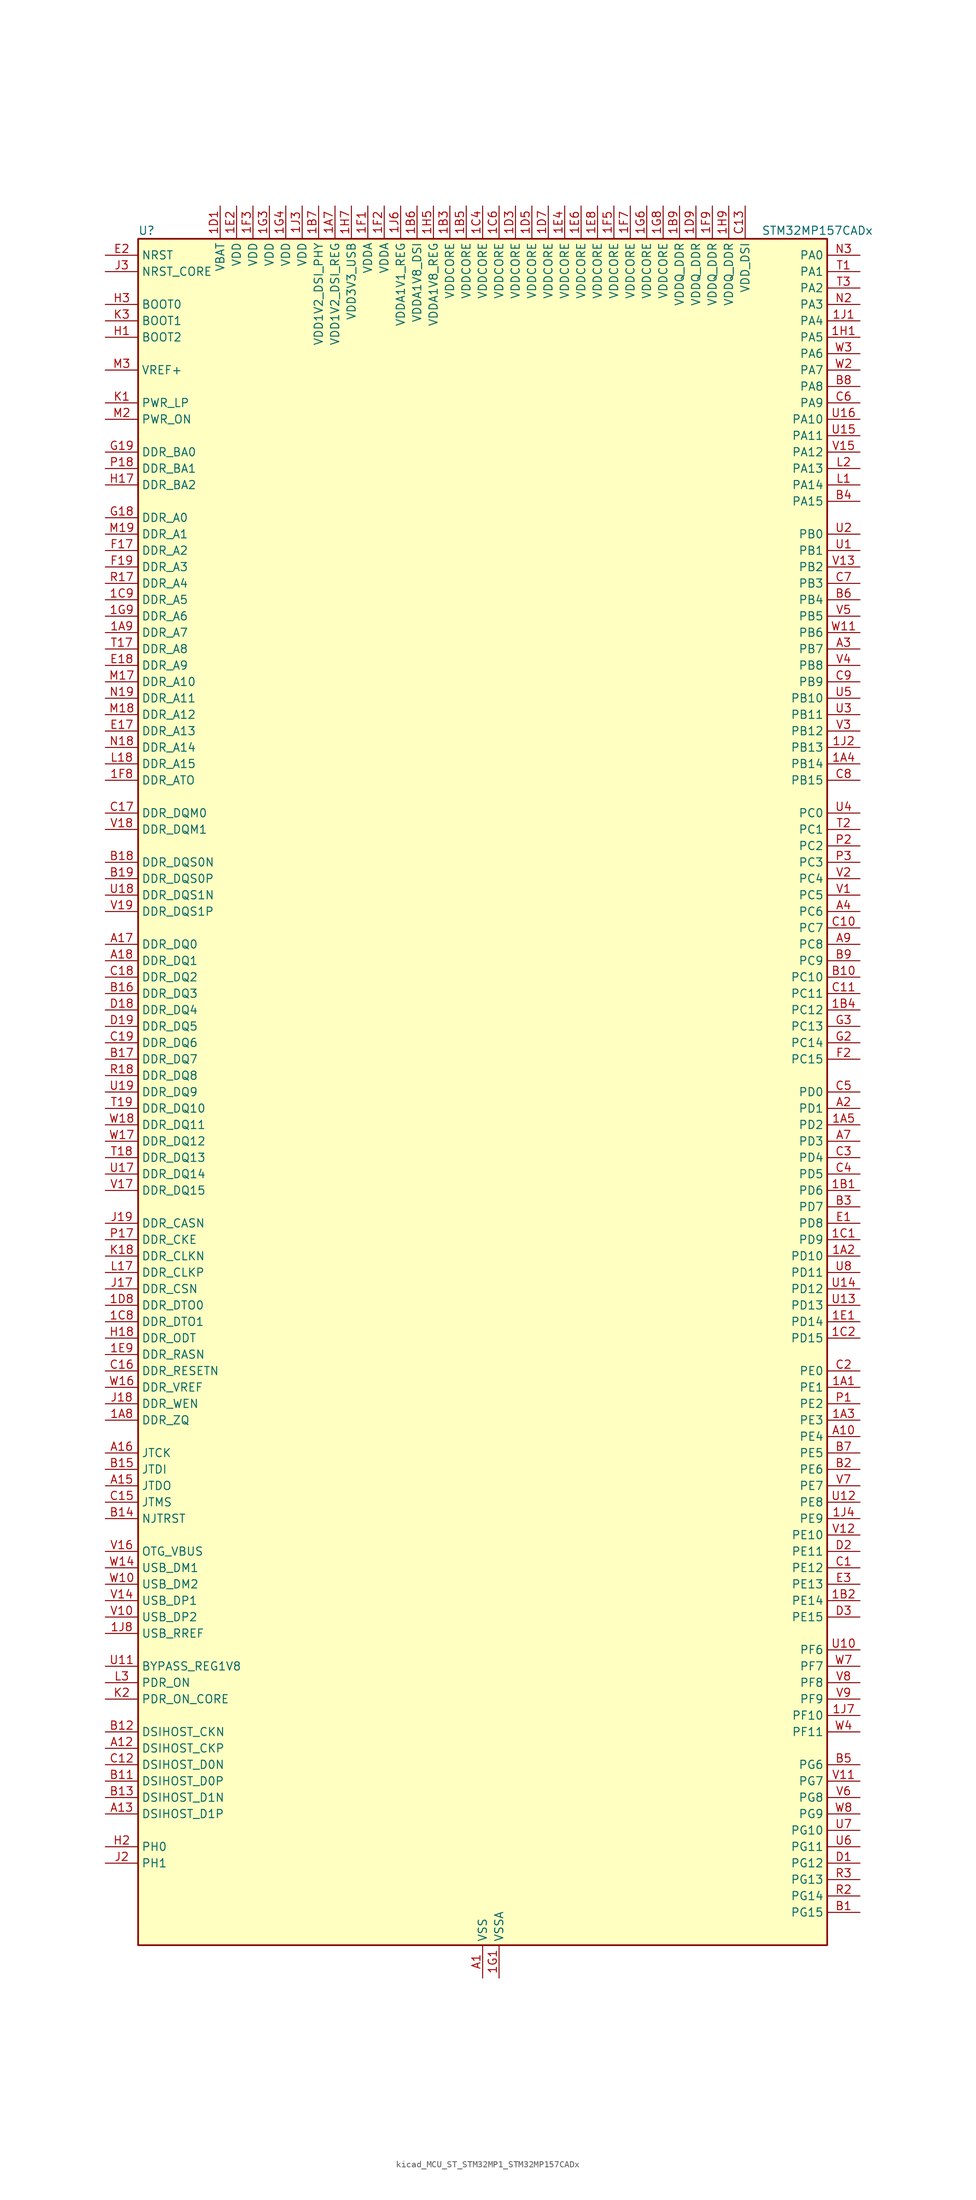
<source format=kicad_sym>
(kicad_symbol_lib
  (version 20220914)
  (generator kicad_symbol_editor)
  (symbol "kicad_MCU_ST_STM32MP1_STM32MP157CADx"
    (property "Reference" "U"
      (at -53.34 133.35 0)
      (effects (font (size 1.27 1.27)) (justify left)))
    (property "Value" "STM32MP157CADx"
      (at 43.18 133.35 0)
      (effects (font (size 1.27 1.27)) (justify left)))
    (property "ki_locked" ""
      (at 0 0 0)
      (effects (font (size 1.27 1.27))))
    (symbol "kicad_MCU_ST_STM32MP1_STM32MP157CADx_0_1"
      (rectangle (start -53.34 -132.08) (end 53.34 132.08) (stroke (width 0.254) (type default)) (fill (type background))))
    (symbol "kicad_MCU_ST_STM32MP1_STM32MP157CADx_1_1"
      (pin bidirectional line (at 58.42 -45.72 180) (length 5.08) (name "PE1" (effects (font (size 1.27 1.27)))) (number "1A1" (effects (font (size 1.27 1.27)))) (alternate "DCMI_D3" bidirectional line) (alternate "FMC_NBL1" bidirectional line) (alternate "I2S2_MCK" bidirectional line) (alternate "LPTIM1_IN2" bidirectional line) (alternate "SAI3_SD_B" bidirectional line) (alternate "UART8_TX" bidirectional line))
      (pin bidirectional line (at 58.42 -25.4 180) (length 5.08) (name "PD10" (effects (font (size 1.27 1.27)))) (number "1A2" (effects (font (size 1.27 1.27)))) (alternate "DFSDM1_CKOUT" bidirectional line) (alternate "FMC_D15" bidirectional line) (alternate "FMC_DA15" bidirectional line) (alternate "I2C5_SMBA" bidirectional line) (alternate "I2S3_SDI" bidirectional line) (alternate "LTDC_B3" bidirectional line) (alternate "RTC_REFIN" bidirectional line) (alternate "SAI3_FS_B" bidirectional line) (alternate "SPI3_MISO" bidirectional line) (alternate "TIM16_BKIN" bidirectional line) (alternate "USART3_CK" bidirectional line))
      (pin bidirectional line (at 58.42 -50.8 180) (length 5.08) (name "PE3" (effects (font (size 1.27 1.27)))) (number "1A3" (effects (font (size 1.27 1.27)))) (alternate "DEBUG_TRACED0" bidirectional line) (alternate "FMC_A19" bidirectional line) (alternate "SAI1_SD_B" bidirectional line) (alternate "SDMMC2_CK" bidirectional line) (alternate "TIM15_BKIN" bidirectional line))
      (pin bidirectional line (at 58.42 50.8 180) (length 5.08) (name "PB14" (effects (font (size 1.27 1.27)))) (number "1A4" (effects (font (size 1.27 1.27)))) (alternate "DFSDM1_DATIN2" bidirectional line) (alternate "I2S2_SDI" bidirectional line) (alternate "SDMMC2_D0" bidirectional line) (alternate "SPI2_MISO" bidirectional line) (alternate "TIM12_CH1" bidirectional line) (alternate "TIM1_CH2N" bidirectional line) (alternate "TIM8_CH2N" bidirectional line) (alternate "USART1_TX" bidirectional line) (alternate "USART3_DE" bidirectional line) (alternate "USART3_RTS" bidirectional line))
      (pin bidirectional line (at 58.42 -5.08 180) (length 5.08) (name "PD2" (effects (font (size 1.27 1.27)))) (number "1A5" (effects (font (size 1.27 1.27)))) (alternate "DCMI_D11" bidirectional line) (alternate "I2C5_SMBA" bidirectional line) (alternate "SDMMC1_CMD" bidirectional line) (alternate "TIM3_ETR" bidirectional line) (alternate "UART4_RX" bidirectional line) (alternate "UART5_RX" bidirectional line))
      (pin passive line (at 0 -137.16 90) (length 5.08) hide (name "VSS" (effects (font (size 1.27 1.27)))) (number "1A6" (effects (font (size 1.27 1.27)))))
      (pin power_in line (at -22.86 137.16 270) (length 5.08) (name "VDD1V2_DSI_REG" (effects (font (size 1.27 1.27)))) (number "1A7" (effects (font (size 1.27 1.27)))))
      (pin bidirectional line (at -58.42 -50.8 0) (length 5.08) (name "DDR_ZQ" (effects (font (size 1.27 1.27)))) (number "1A8" (effects (font (size 1.27 1.27)))) (alternate "DDR_ZQ" bidirectional line))
      (pin bidirectional line (at -58.42 71.12 0) (length 5.08) (name "DDR_A7" (effects (font (size 1.27 1.27)))) (number "1A9" (effects (font (size 1.27 1.27)))) (alternate "DDR_A7" bidirectional line))
      (pin bidirectional line (at 58.42 -15.24 180) (length 5.08) (name "PD6" (effects (font (size 1.27 1.27)))) (number "1B1" (effects (font (size 1.27 1.27)))) (alternate "DCMI_D10" bidirectional line) (alternate "DFSDM1_CKIN4" bidirectional line) (alternate "DFSDM1_DATIN1" bidirectional line) (alternate "FMC_NWAIT" bidirectional line) (alternate "I2S3_SDO" bidirectional line) (alternate "LTDC_B2" bidirectional line) (alternate "SAI1_D1" bidirectional line) (alternate "SAI1_SD_A" bidirectional line) (alternate "SPI3_MOSI" bidirectional line) (alternate "TIM16_CH1N" bidirectional line) (alternate "USART2_RX" bidirectional line))
      (pin bidirectional line (at 58.42 -78.74 180) (length 5.08) (name "PE14" (effects (font (size 1.27 1.27)))) (number "1B2" (effects (font (size 1.27 1.27)))) (alternate "FMC_D11" bidirectional line) (alternate "FMC_DA11" bidirectional line) (alternate "LTDC_CLK" bidirectional line) (alternate "LTDC_G0" bidirectional line) (alternate "SAI2_MCLK_B" bidirectional line) (alternate "SDMMC1_D123DIR" bidirectional line) (alternate "SPI4_MOSI" bidirectional line) (alternate "TIM1_CH4" bidirectional line) (alternate "UART8_DE" bidirectional line) (alternate "UART8_RTS" bidirectional line))
      (pin power_in line (at -5.08 137.16 270) (length 5.08) (name "VDDCORE" (effects (font (size 1.27 1.27)))) (number "1B3" (effects (font (size 1.27 1.27)))))
      (pin bidirectional line (at 58.42 12.7 180) (length 5.08) (name "PC12" (effects (font (size 1.27 1.27)))) (number "1B4" (effects (font (size 1.27 1.27)))) (alternate "DCMI_D9" bidirectional line) (alternate "DEBUG_TRACECLK" bidirectional line) (alternate "I2S3_SDO" bidirectional line) (alternate "RCC_MCO_2" bidirectional line) (alternate "SAI4_D3" bidirectional line) (alternate "SAI4_SD_B" bidirectional line) (alternate "SDMMC1_CK" bidirectional line) (alternate "SPI3_MOSI" bidirectional line) (alternate "UART5_TX" bidirectional line) (alternate "USART3_CK" bidirectional line))
      (pin power_in line (at -2.54 137.16 270) (length 5.08) (name "VDDCORE" (effects (font (size 1.27 1.27)))) (number "1B5" (effects (font (size 1.27 1.27)))))
      (pin power_in line (at -10.16 137.16 270) (length 5.08) (name "VDDA1V8_DSI" (effects (font (size 1.27 1.27)))) (number "1B6" (effects (font (size 1.27 1.27)))))
      (pin power_in line (at -25.4 137.16 270) (length 5.08) (name "VDD1V2_DSI_PHY" (effects (font (size 1.27 1.27)))) (number "1B7" (effects (font (size 1.27 1.27)))))
      (pin passive line (at 0 -137.16 90) (length 5.08) hide (name "VSS" (effects (font (size 1.27 1.27)))) (number "1B8" (effects (font (size 1.27 1.27)))))
      (pin power_in line (at 30.48 137.16 270) (length 5.08) (name "VDDQ_DDR" (effects (font (size 1.27 1.27)))) (number "1B9" (effects (font (size 1.27 1.27)))))
      (pin bidirectional line (at 58.42 -22.86 180) (length 5.08) (name "PD9" (effects (font (size 1.27 1.27)))) (number "1C1" (effects (font (size 1.27 1.27)))) (alternate "DAC1_EXTI9" bidirectional line) (alternate "DCMI_HSYNC" bidirectional line) (alternate "DFSDM1_DATIN3" bidirectional line) (alternate "FMC_D14" bidirectional line) (alternate "FMC_DA14" bidirectional line) (alternate "LTDC_B0" bidirectional line) (alternate "SAI3_SD_B" bidirectional line) (alternate "USART3_RX" bidirectional line))
      (pin bidirectional line (at 58.42 -38.1 180) (length 5.08) (name "PD15" (effects (font (size 1.27 1.27)))) (number "1C2" (effects (font (size 1.27 1.27)))) (alternate "ADC1_EXTI15" bidirectional line) (alternate "ADC2_EXTI15" bidirectional line) (alternate "FMC_D1" bidirectional line) (alternate "FMC_DA1" bidirectional line) (alternate "LTDC_R1" bidirectional line) (alternate "SAI3_MCLK_A" bidirectional line) (alternate "TIM4_CH4" bidirectional line) (alternate "UART8_CTS" bidirectional line))
      (pin passive line (at 0 -137.16 90) (length 5.08) hide (name "VSS" (effects (font (size 1.27 1.27)))) (number "1C3" (effects (font (size 1.27 1.27)))))
      (pin power_in line (at 0 137.16 270) (length 5.08) (name "VDDCORE" (effects (font (size 1.27 1.27)))) (number "1C4" (effects (font (size 1.27 1.27)))))
      (pin passive line (at 0 -137.16 90) (length 5.08) hide (name "VSS" (effects (font (size 1.27 1.27)))) (number "1C5" (effects (font (size 1.27 1.27)))))
      (pin power_in line (at 2.54 137.16 270) (length 5.08) (name "VDDCORE" (effects (font (size 1.27 1.27)))) (number "1C6" (effects (font (size 1.27 1.27)))))
      (pin passive line (at 0 -137.16 90) (length 5.08) hide (name "VSS" (effects (font (size 1.27 1.27)))) (number "1C7" (effects (font (size 1.27 1.27)))))
      (pin bidirectional line (at -58.42 -35.56 0) (length 5.08) (name "DDR_DTO1" (effects (font (size 1.27 1.27)))) (number "1C8" (effects (font (size 1.27 1.27)))) (alternate "DDR_DTO1" bidirectional line))
      (pin bidirectional line (at -58.42 76.2 0) (length 5.08) (name "DDR_A5" (effects (font (size 1.27 1.27)))) (number "1C9" (effects (font (size 1.27 1.27)))) (alternate "DDR_A5" bidirectional line))
      (pin power_in line (at -40.64 137.16 270) (length 5.08) (name "VBAT" (effects (font (size 1.27 1.27)))) (number "1D1" (effects (font (size 1.27 1.27)))))
      (pin passive line (at 0 -137.16 90) (length 5.08) hide (name "VSS" (effects (font (size 1.27 1.27)))) (number "1D2" (effects (font (size 1.27 1.27)))))
      (pin power_in line (at 5.08 137.16 270) (length 5.08) (name "VDDCORE" (effects (font (size 1.27 1.27)))) (number "1D3" (effects (font (size 1.27 1.27)))))
      (pin passive line (at 0 -137.16 90) (length 5.08) hide (name "VSS" (effects (font (size 1.27 1.27)))) (number "1D4" (effects (font (size 1.27 1.27)))))
      (pin power_in line (at 7.62 137.16 270) (length 5.08) (name "VDDCORE" (effects (font (size 1.27 1.27)))) (number "1D5" (effects (font (size 1.27 1.27)))))
      (pin passive line (at 0 -137.16 90) (length 5.08) hide (name "VSS" (effects (font (size 1.27 1.27)))) (number "1D6" (effects (font (size 1.27 1.27)))))
      (pin power_in line (at 10.16 137.16 270) (length 5.08) (name "VDDCORE" (effects (font (size 1.27 1.27)))) (number "1D7" (effects (font (size 1.27 1.27)))))
      (pin bidirectional line (at -58.42 -33.02 0) (length 5.08) (name "DDR_DTO0" (effects (font (size 1.27 1.27)))) (number "1D8" (effects (font (size 1.27 1.27)))) (alternate "DDR_DTO0" bidirectional line))
      (pin power_in line (at 33.02 137.16 270) (length 5.08) (name "VDDQ_DDR" (effects (font (size 1.27 1.27)))) (number "1D9" (effects (font (size 1.27 1.27)))))
      (pin bidirectional line (at 58.42 -35.56 180) (length 5.08) (name "PD14" (effects (font (size 1.27 1.27)))) (number "1E1" (effects (font (size 1.27 1.27)))) (alternate "FMC_D0" bidirectional line) (alternate "FMC_DA0" bidirectional line) (alternate "SAI3_MCLK_B" bidirectional line) (alternate "TIM4_CH3" bidirectional line) (alternate "UART8_CTS" bidirectional line))
      (pin power_in line (at -38.1 137.16 270) (length 5.08) (name "VDD" (effects (font (size 1.27 1.27)))) (number "1E2" (effects (font (size 1.27 1.27)))))
      (pin passive line (at 0 -137.16 90) (length 5.08) hide (name "VSS" (effects (font (size 1.27 1.27)))) (number "1E3" (effects (font (size 1.27 1.27)))))
      (pin power_in line (at 12.7 137.16 270) (length 5.08) (name "VDDCORE" (effects (font (size 1.27 1.27)))) (number "1E4" (effects (font (size 1.27 1.27)))))
      (pin passive line (at 0 -137.16 90) (length 5.08) hide (name "VSS" (effects (font (size 1.27 1.27)))) (number "1E5" (effects (font (size 1.27 1.27)))))
      (pin power_in line (at 15.24 137.16 270) (length 5.08) (name "VDDCORE" (effects (font (size 1.27 1.27)))) (number "1E6" (effects (font (size 1.27 1.27)))))
      (pin passive line (at 0 -137.16 90) (length 5.08) hide (name "VSS" (effects (font (size 1.27 1.27)))) (number "1E7" (effects (font (size 1.27 1.27)))))
      (pin power_in line (at 17.78 137.16 270) (length 5.08) (name "VDDCORE" (effects (font (size 1.27 1.27)))) (number "1E8" (effects (font (size 1.27 1.27)))))
      (pin bidirectional line (at -58.42 -40.64 0) (length 5.08) (name "DDR_RASN" (effects (font (size 1.27 1.27)))) (number "1E9" (effects (font (size 1.27 1.27)))) (alternate "DDR_RASN" bidirectional line))
      (pin power_in line (at -17.78 137.16 270) (length 5.08) (name "VDDA" (effects (font (size 1.27 1.27)))) (number "1F1" (effects (font (size 1.27 1.27)))))
      (pin power_in line (at -15.24 137.16 270) (length 5.08) (name "VDDA" (effects (font (size 1.27 1.27)))) (number "1F2" (effects (font (size 1.27 1.27)))))
      (pin power_in line (at -35.56 137.16 270) (length 5.08) (name "VDD" (effects (font (size 1.27 1.27)))) (number "1F3" (effects (font (size 1.27 1.27)))))
      (pin passive line (at 0 -137.16 90) (length 5.08) hide (name "VSS" (effects (font (size 1.27 1.27)))) (number "1F4" (effects (font (size 1.27 1.27)))))
      (pin power_in line (at 20.32 137.16 270) (length 5.08) (name "VDDCORE" (effects (font (size 1.27 1.27)))) (number "1F5" (effects (font (size 1.27 1.27)))))
      (pin passive line (at 0 -137.16 90) (length 5.08) hide (name "VSS" (effects (font (size 1.27 1.27)))) (number "1F6" (effects (font (size 1.27 1.27)))))
      (pin power_in line (at 22.86 137.16 270) (length 5.08) (name "VDDCORE" (effects (font (size 1.27 1.27)))) (number "1F7" (effects (font (size 1.27 1.27)))))
      (pin bidirectional line (at -58.42 48.26 0) (length 5.08) (name "DDR_ATO" (effects (font (size 1.27 1.27)))) (number "1F8" (effects (font (size 1.27 1.27)))) (alternate "DDR_ATO" bidirectional line))
      (pin power_in line (at 35.56 137.16 270) (length 5.08) (name "VDDQ_DDR" (effects (font (size 1.27 1.27)))) (number "1F9" (effects (font (size 1.27 1.27)))))
      (pin power_in line (at 2.54 -137.16 90) (length 5.08) (name "VSSA" (effects (font (size 1.27 1.27)))) (number "1G1" (effects (font (size 1.27 1.27)))))
      (pin passive line (at 0 -137.16 90) (length 5.08) hide (name "VSS" (effects (font (size 1.27 1.27)))) (number "1G2" (effects (font (size 1.27 1.27)))))
      (pin power_in line (at -33.02 137.16 270) (length 5.08) (name "VDD" (effects (font (size 1.27 1.27)))) (number "1G3" (effects (font (size 1.27 1.27)))))
      (pin power_in line (at -30.48 137.16 270) (length 5.08) (name "VDD" (effects (font (size 1.27 1.27)))) (number "1G4" (effects (font (size 1.27 1.27)))))
      (pin passive line (at 0 -137.16 90) (length 5.08) hide (name "VSS" (effects (font (size 1.27 1.27)))) (number "1G5" (effects (font (size 1.27 1.27)))))
      (pin power_in line (at 25.4 137.16 270) (length 5.08) (name "VDDCORE" (effects (font (size 1.27 1.27)))) (number "1G6" (effects (font (size 1.27 1.27)))))
      (pin passive line (at 0 -137.16 90) (length 5.08) hide (name "VSS" (effects (font (size 1.27 1.27)))) (number "1G7" (effects (font (size 1.27 1.27)))))
      (pin power_in line (at 27.94 137.16 270) (length 5.08) (name "VDDCORE" (effects (font (size 1.27 1.27)))) (number "1G8" (effects (font (size 1.27 1.27)))))
      (pin bidirectional line (at -58.42 73.66 0) (length 5.08) (name "DDR_A6" (effects (font (size 1.27 1.27)))) (number "1G9" (effects (font (size 1.27 1.27)))) (alternate "DDR_A6" bidirectional line))
      (pin bidirectional line (at 58.42 116.84 180) (length 5.08) (name "PA5" (effects (font (size 1.27 1.27)))) (number "1H1" (effects (font (size 1.27 1.27)))) (alternate "ADC1_INN18" bidirectional line) (alternate "ADC1_INP19" bidirectional line) (alternate "ADC2_INN18" bidirectional line) (alternate "ADC2_INP19" bidirectional line) (alternate "DAC1_OUT2" bidirectional line) (alternate "I2S1_CK" bidirectional line) (alternate "LTDC_R4" bidirectional line) (alternate "SAI4_CK1" bidirectional line) (alternate "SAI4_MCLK_A" bidirectional line) (alternate "SPI1_SCK" bidirectional line) (alternate "SPI6_SCK" bidirectional line) (alternate "TIM2_CH1" bidirectional line) (alternate "TIM2_ETR" bidirectional line) (alternate "TIM8_CH1N" bidirectional line))
      (pin passive line (at 0 -137.16 90) (length 5.08) hide (name "VSS" (effects (font (size 1.27 1.27)))) (number "1H2" (effects (font (size 1.27 1.27)))))
      (pin passive line (at 0 -137.16 90) (length 5.08) hide (name "VSS" (effects (font (size 1.27 1.27)))) (number "1H3" (effects (font (size 1.27 1.27)))))
      (pin passive line (at 0 -137.16 90) (length 5.08) hide (name "VSS" (effects (font (size 1.27 1.27)))) (number "1H4" (effects (font (size 1.27 1.27)))))
      (pin power_in line (at -7.62 137.16 270) (length 5.08) (name "VDDA1V8_REG" (effects (font (size 1.27 1.27)))) (number "1H5" (effects (font (size 1.27 1.27)))))
      (pin passive line (at 0 -137.16 90) (length 5.08) hide (name "VSS" (effects (font (size 1.27 1.27)))) (number "1H6" (effects (font (size 1.27 1.27)))))
      (pin power_in line (at -20.32 137.16 270) (length 5.08) (name "VDD3V3_USB" (effects (font (size 1.27 1.27)))) (number "1H7" (effects (font (size 1.27 1.27)))))
      (pin passive line (at 0 -137.16 90) (length 5.08) hide (name "VSS" (effects (font (size 1.27 1.27)))) (number "1H8" (effects (font (size 1.27 1.27)))))
      (pin power_in line (at 38.1 137.16 270) (length 5.08) (name "VDDQ_DDR" (effects (font (size 1.27 1.27)))) (number "1H9" (effects (font (size 1.27 1.27)))))
      (pin bidirectional line (at 58.42 119.38 180) (length 5.08) (name "PA4" (effects (font (size 1.27 1.27)))) (number "1J1" (effects (font (size 1.27 1.27)))) (alternate "ADC1_INP18" bidirectional line) (alternate "ADC2_INP18" bidirectional line) (alternate "DAC1_OUT1" bidirectional line) (alternate "DCMI_HSYNC" bidirectional line) (alternate "HDP_HDP0" bidirectional line) (alternate "I2S1_WS" bidirectional line) (alternate "I2S3_WS" bidirectional line) (alternate "LTDC_VSYNC" bidirectional line) (alternate "SAI4_D2" bidirectional line) (alternate "SAI4_FS_A" bidirectional line) (alternate "SPI1_NSS" bidirectional line) (alternate "SPI3_NSS" bidirectional line) (alternate "SPI6_NSS" bidirectional line) (alternate "TIM5_ETR" bidirectional line) (alternate "USART2_CK" bidirectional line))
      (pin bidirectional line (at 58.42 53.34 180) (length 5.08) (name "PB13" (effects (font (size 1.27 1.27)))) (number "1J2" (effects (font (size 1.27 1.27)))) (alternate "DFSDM1_CKIN1" bidirectional line) (alternate "DFSDM1_CKOUT" bidirectional line) (alternate "ETH1_TXD1" bidirectional line) (alternate "FDCAN2_TX" bidirectional line) (alternate "I2S2_CK" bidirectional line) (alternate "LPTIM2_OUT" bidirectional line) (alternate "SPI2_SCK" bidirectional line) (alternate "TIM1_CH1N" bidirectional line) (alternate "UART5_TX" bidirectional line) (alternate "USART3_CTS" bidirectional line) (alternate "USART3_NSS" bidirectional line))
      (pin power_in line (at -27.94 137.16 270) (length 5.08) (name "VDD" (effects (font (size 1.27 1.27)))) (number "1J3" (effects (font (size 1.27 1.27)))))
      (pin bidirectional line (at 58.42 -66.04 180) (length 5.08) (name "PE9" (effects (font (size 1.27 1.27)))) (number "1J4" (effects (font (size 1.27 1.27)))) (alternate "DAC1_EXTI9" bidirectional line) (alternate "DFSDM1_CKOUT" bidirectional line) (alternate "FMC_D6" bidirectional line) (alternate "FMC_DA6" bidirectional line) (alternate "QUADSPI_BK2_IO2" bidirectional line) (alternate "TIM1_CH1" bidirectional line) (alternate "UART7_DE" bidirectional line) (alternate "UART7_RTS" bidirectional line))
      (pin passive line (at 0 -137.16 90) (length 5.08) hide (name "VSS" (effects (font (size 1.27 1.27)))) (number "1J5" (effects (font (size 1.27 1.27)))))
      (pin power_in line (at -12.7 137.16 270) (length 5.08) (name "VDDA1V1_REG" (effects (font (size 1.27 1.27)))) (number "1J6" (effects (font (size 1.27 1.27)))))
      (pin bidirectional line (at 58.42 -96.52 180) (length 5.08) (name "PF10" (effects (font (size 1.27 1.27)))) (number "1J7" (effects (font (size 1.27 1.27)))) (alternate "DCMI_D11" bidirectional line) (alternate "LTDC_DE" bidirectional line) (alternate "QUADSPI_CLK" bidirectional line) (alternate "SAI1_D3" bidirectional line) (alternate "SAI1_D4" bidirectional line) (alternate "SAI4_D3" bidirectional line) (alternate "SAI4_D4" bidirectional line) (alternate "TIM16_BKIN" bidirectional line))
      (pin bidirectional line (at -58.42 -83.82 0) (length 5.08) (name "USB_RREF" (effects (font (size 1.27 1.27)))) (number "1J8" (effects (font (size 1.27 1.27)))))
      (pin passive line (at 0 -137.16 90) (length 5.08) hide (name "VSS" (effects (font (size 1.27 1.27)))) (number "1J9" (effects (font (size 1.27 1.27)))))
      (pin power_in line (at 0 -137.16 90) (length 5.08) (name "VSS" (effects (font (size 1.27 1.27)))) (number "A1" (effects (font (size 1.27 1.27)))))
      (pin bidirectional line (at 58.42 -53.34 180) (length 5.08) (name "PE4" (effects (font (size 1.27 1.27)))) (number "A10" (effects (font (size 1.27 1.27)))) (alternate "DCMI_D4" bidirectional line) (alternate "DEBUG_TRACED1" bidirectional line) (alternate "DFSDM1_DATIN3" bidirectional line) (alternate "FMC_A20" bidirectional line) (alternate "LTDC_B0" bidirectional line) (alternate "SAI1_D2" bidirectional line) (alternate "SAI1_FS_A" bidirectional line) (alternate "SDMMC1_CKIN" bidirectional line) (alternate "SDMMC1_D4" bidirectional line) (alternate "SDMMC2_CKIN" bidirectional line) (alternate "SDMMC2_D4" bidirectional line) (alternate "SPI4_NSS" bidirectional line) (alternate "TIM15_CH1N" bidirectional line))
      (pin bidirectional line (at -58.42 -101.6 0) (length 5.08) (name "DSIHOST_CKP" (effects (font (size 1.27 1.27)))) (number "A12" (effects (font (size 1.27 1.27)))) (alternate "DSIHOST_CKP" bidirectional line))
      (pin bidirectional line (at -58.42 -111.76 0) (length 5.08) (name "DSIHOST_D1P" (effects (font (size 1.27 1.27)))) (number "A13" (effects (font (size 1.27 1.27)))) (alternate "DSIHOST_D1P" bidirectional line))
      (pin bidirectional line (at -58.42 -60.96 0) (length 5.08) (name "JTDO" (effects (font (size 1.27 1.27)))) (number "A15" (effects (font (size 1.27 1.27)))) (alternate "DEBUG_JTDO-SWO" bidirectional line))
      (pin bidirectional line (at -58.42 -55.88 0) (length 5.08) (name "JTCK" (effects (font (size 1.27 1.27)))) (number "A16" (effects (font (size 1.27 1.27)))) (alternate "DEBUG_JTCK-SWCLK" bidirectional line))
      (pin bidirectional line (at -58.42 22.86 0) (length 5.08) (name "DDR_DQ0" (effects (font (size 1.27 1.27)))) (number "A17" (effects (font (size 1.27 1.27)))) (alternate "DDR_DQ0" bidirectional line))
      (pin bidirectional line (at -58.42 20.32 0) (length 5.08) (name "DDR_DQ1" (effects (font (size 1.27 1.27)))) (number "A18" (effects (font (size 1.27 1.27)))) (alternate "DDR_DQ1" bidirectional line))
      (pin passive line (at 0 -137.16 90) (length 5.08) hide (name "VSS" (effects (font (size 1.27 1.27)))) (number "A19" (effects (font (size 1.27 1.27)))))
      (pin bidirectional line (at 58.42 -2.54 180) (length 5.08) (name "PD1" (effects (font (size 1.27 1.27)))) (number "A2" (effects (font (size 1.27 1.27)))) (alternate "DFSDM1_CKIN7" bidirectional line) (alternate "DFSDM1_DATIN6" bidirectional line) (alternate "FDCAN1_TX" bidirectional line) (alternate "FMC_D3" bidirectional line) (alternate "FMC_DA3" bidirectional line) (alternate "I2C5_SCL" bidirectional line) (alternate "I2C6_SCL" bidirectional line) (alternate "SAI3_SD_A" bidirectional line) (alternate "SDMMC3_D0" bidirectional line) (alternate "UART4_TX" bidirectional line))
      (pin bidirectional line (at 58.42 68.58 180) (length 5.08) (name "PB7" (effects (font (size 1.27 1.27)))) (number "A3" (effects (font (size 1.27 1.27)))) (alternate "DCMI_VSYNC" bidirectional line) (alternate "DFSDM1_CKIN5" bidirectional line) (alternate "FMC_NL" bidirectional line) (alternate "I2C1_SDA" bidirectional line) (alternate "I2C4_SDA" bidirectional line) (alternate "SDMMC2_D1" bidirectional line) (alternate "TIM17_CH1N" bidirectional line) (alternate "TIM4_CH2" bidirectional line) (alternate "USART1_RX" bidirectional line))
      (pin bidirectional line (at 58.42 27.94 180) (length 5.08) (name "PC6" (effects (font (size 1.27 1.27)))) (number "A4" (effects (font (size 1.27 1.27)))) (alternate "DCMI_D0" bidirectional line) (alternate "DFSDM1_CKIN3" bidirectional line) (alternate "DSIHOST_TE" bidirectional line) (alternate "HDP_HDP1" bidirectional line) (alternate "I2S2_MCK" bidirectional line) (alternate "LTDC_HSYNC" bidirectional line) (alternate "SDMMC1_D0DIR" bidirectional line) (alternate "SDMMC1_D6" bidirectional line) (alternate "SDMMC2_D0DIR" bidirectional line) (alternate "SDMMC2_D6" bidirectional line) (alternate "TIM3_CH1" bidirectional line) (alternate "TIM8_CH1" bidirectional line) (alternate "USART6_TX" bidirectional line))
      (pin passive line (at 0 -137.16 90) (length 5.08) hide (name "VSS" (effects (font (size 1.27 1.27)))) (number "A6" (effects (font (size 1.27 1.27)))))
      (pin bidirectional line (at 58.42 -7.62 180) (length 5.08) (name "PD3" (effects (font (size 1.27 1.27)))) (number "A7" (effects (font (size 1.27 1.27)))) (alternate "DCMI_D5" bidirectional line) (alternate "DFSDM1_CKOUT" bidirectional line) (alternate "DFSDM1_DATIN0" bidirectional line) (alternate "FMC_CLK" bidirectional line) (alternate "HDP_HDP5" bidirectional line) (alternate "I2S2_CK" bidirectional line) (alternate "LTDC_G7" bidirectional line) (alternate "SDMMC1_D123DIR" bidirectional line) (alternate "SDMMC1_D7" bidirectional line) (alternate "SDMMC2_D123DIR" bidirectional line) (alternate "SDMMC2_D7" bidirectional line) (alternate "SPI2_SCK" bidirectional line) (alternate "USART2_CTS" bidirectional line) (alternate "USART2_NSS" bidirectional line))
      (pin bidirectional line (at 58.42 22.86 180) (length 5.08) (name "PC8" (effects (font (size 1.27 1.27)))) (number "A9" (effects (font (size 1.27 1.27)))) (alternate "DCMI_D2" bidirectional line) (alternate "DEBUG_TRACED0" bidirectional line) (alternate "SDMMC1_D0" bidirectional line) (alternate "TIM3_CH3" bidirectional line) (alternate "TIM8_CH3" bidirectional line) (alternate "UART4_TX" bidirectional line) (alternate "UART5_DE" bidirectional line) (alternate "UART5_RTS" bidirectional line) (alternate "USART6_CK" bidirectional line))
      (pin bidirectional line (at 58.42 -127 180) (length 5.08) (name "PG15" (effects (font (size 1.27 1.27)))) (number "B1" (effects (font (size 1.27 1.27)))) (alternate "ADC1_EXTI15" bidirectional line) (alternate "ADC2_EXTI15" bidirectional line) (alternate "DCMI_D13" bidirectional line) (alternate "DEBUG_TRACED7" bidirectional line) (alternate "I2C2_SDA" bidirectional line) (alternate "SAI1_D2" bidirectional line) (alternate "SAI1_FS_A" bidirectional line) (alternate "SDMMC3_CK" bidirectional line) (alternate "USART6_CTS" bidirectional line) (alternate "USART6_NSS" bidirectional line))
      (pin bidirectional line (at 58.42 17.78 180) (length 5.08) (name "PC10" (effects (font (size 1.27 1.27)))) (number "B10" (effects (font (size 1.27 1.27)))) (alternate "DCMI_D8" bidirectional line) (alternate "DEBUG_TRACED2" bidirectional line) (alternate "DFSDM1_CKIN5" bidirectional line) (alternate "I2S3_CK" bidirectional line) (alternate "LTDC_R2" bidirectional line) (alternate "QUADSPI_BK1_IO1" bidirectional line) (alternate "SAI4_MCLK_B" bidirectional line) (alternate "SDMMC1_D2" bidirectional line) (alternate "SPI3_SCK" bidirectional line) (alternate "UART4_TX" bidirectional line) (alternate "USART3_TX" bidirectional line))
      (pin bidirectional line (at -58.42 -106.68 0) (length 5.08) (name "DSIHOST_D0P" (effects (font (size 1.27 1.27)))) (number "B11" (effects (font (size 1.27 1.27)))) (alternate "DSIHOST_D0P" bidirectional line))
      (pin bidirectional line (at -58.42 -99.06 0) (length 5.08) (name "DSIHOST_CKN" (effects (font (size 1.27 1.27)))) (number "B12" (effects (font (size 1.27 1.27)))) (alternate "DSIHOST_CKN" bidirectional line))
      (pin bidirectional line (at -58.42 -109.22 0) (length 5.08) (name "DSIHOST_D1N" (effects (font (size 1.27 1.27)))) (number "B13" (effects (font (size 1.27 1.27)))) (alternate "DSIHOST_D1N" bidirectional line))
      (pin bidirectional line (at -58.42 -66.04 0) (length 5.08) (name "NJTRST" (effects (font (size 1.27 1.27)))) (number "B14" (effects (font (size 1.27 1.27)))) (alternate "DEBUG_JTRST" bidirectional line))
      (pin bidirectional line (at -58.42 -58.42 0) (length 5.08) (name "JTDI" (effects (font (size 1.27 1.27)))) (number "B15" (effects (font (size 1.27 1.27)))) (alternate "DEBUG_JTDI" bidirectional line))
      (pin bidirectional line (at -58.42 15.24 0) (length 5.08) (name "DDR_DQ3" (effects (font (size 1.27 1.27)))) (number "B16" (effects (font (size 1.27 1.27)))) (alternate "DDR_DQ3" bidirectional line))
      (pin bidirectional line (at -58.42 5.08 0) (length 5.08) (name "DDR_DQ7" (effects (font (size 1.27 1.27)))) (number "B17" (effects (font (size 1.27 1.27)))) (alternate "DDR_DQ7" bidirectional line))
      (pin bidirectional line (at -58.42 35.56 0) (length 5.08) (name "DDR_DQS0N" (effects (font (size 1.27 1.27)))) (number "B18" (effects (font (size 1.27 1.27)))) (alternate "DDR_DQS0N" bidirectional line))
      (pin bidirectional line (at -58.42 33.02 0) (length 5.08) (name "DDR_DQS0P" (effects (font (size 1.27 1.27)))) (number "B19" (effects (font (size 1.27 1.27)))) (alternate "DDR_DQS0P" bidirectional line))
      (pin bidirectional line (at 58.42 -58.42 180) (length 5.08) (name "PE6" (effects (font (size 1.27 1.27)))) (number "B2" (effects (font (size 1.27 1.27)))) (alternate "DCMI_D7" bidirectional line) (alternate "DEBUG_TRACED2" bidirectional line) (alternate "FMC_A22" bidirectional line) (alternate "LTDC_G1" bidirectional line) (alternate "SAI1_D1" bidirectional line) (alternate "SAI1_SD_A" bidirectional line) (alternate "SAI2_MCLK_B" bidirectional line) (alternate "SDMMC1_D2" bidirectional line) (alternate "SDMMC2_D0" bidirectional line) (alternate "SPI4_MOSI" bidirectional line) (alternate "TIM15_CH2" bidirectional line) (alternate "TIM1_BKIN2" bidirectional line))
      (pin bidirectional line (at 58.42 -17.78 180) (length 5.08) (name "PD7" (effects (font (size 1.27 1.27)))) (number "B3" (effects (font (size 1.27 1.27)))) (alternate "DEBUG_TRACED6" bidirectional line) (alternate "DFSDM1_CKIN1" bidirectional line) (alternate "DFSDM1_DATIN4" bidirectional line) (alternate "FMC_NE1" bidirectional line) (alternate "I2C2_SCL" bidirectional line) (alternate "SDMMC3_D3" bidirectional line) (alternate "SPDIFRX_IN0" bidirectional line) (alternate "USART2_CK" bidirectional line))
      (pin bidirectional line (at 58.42 91.44 180) (length 5.08) (name "PA15" (effects (font (size 1.27 1.27)))) (number "B4" (effects (font (size 1.27 1.27)))) (alternate "ADC1_EXTI15" bidirectional line) (alternate "ADC2_EXTI15" bidirectional line) (alternate "CEC" bidirectional line) (alternate "DEBUG_DBTRGI" bidirectional line) (alternate "I2S1_WS" bidirectional line) (alternate "I2S3_WS" bidirectional line) (alternate "LTDC_R1" bidirectional line) (alternate "SAI4_D2" bidirectional line) (alternate "SAI4_FS_A" bidirectional line) (alternate "SDMMC1_CDIR" bidirectional line) (alternate "SDMMC1_D5" bidirectional line) (alternate "SDMMC2_CDIR" bidirectional line) (alternate "SDMMC2_D5" bidirectional line) (alternate "SPI1_NSS" bidirectional line) (alternate "SPI3_NSS" bidirectional line) (alternate "SPI6_NSS" bidirectional line) (alternate "TIM2_CH1" bidirectional line) (alternate "TIM2_ETR" bidirectional line) (alternate "UART4_DE" bidirectional line) (alternate "UART4_RTS" bidirectional line) (alternate "UART7_TX" bidirectional line))
      (pin bidirectional line (at 58.42 -104.14 180) (length 5.08) (name "PG6" (effects (font (size 1.27 1.27)))) (number "B5" (effects (font (size 1.27 1.27)))) (alternate "DCMI_D12" bidirectional line) (alternate "DEBUG_TRACED14" bidirectional line) (alternate "LTDC_R7" bidirectional line) (alternate "SDMMC2_CMD" bidirectional line) (alternate "TIM17_BKIN" bidirectional line))
      (pin bidirectional line (at 58.42 76.2 180) (length 5.08) (name "PB4" (effects (font (size 1.27 1.27)))) (number "B6" (effects (font (size 1.27 1.27)))) (alternate "DEBUG_TRACED8" bidirectional line) (alternate "I2S1_SDI" bidirectional line) (alternate "I2S2_WS" bidirectional line) (alternate "I2S3_SDI" bidirectional line) (alternate "SAI4_CK2" bidirectional line) (alternate "SAI4_SCK_A" bidirectional line) (alternate "SDMMC2_D3" bidirectional line) (alternate "SPI1_MISO" bidirectional line) (alternate "SPI2_NSS" bidirectional line) (alternate "SPI3_MISO" bidirectional line) (alternate "SPI6_MISO" bidirectional line) (alternate "TIM16_BKIN" bidirectional line) (alternate "TIM3_CH1" bidirectional line) (alternate "UART7_TX" bidirectional line))
      (pin bidirectional line (at 58.42 -55.88 180) (length 5.08) (name "PE5" (effects (font (size 1.27 1.27)))) (number "B7" (effects (font (size 1.27 1.27)))) (alternate "DCMI_D6" bidirectional line) (alternate "DEBUG_TRACED3" bidirectional line) (alternate "DFSDM1_CKIN3" bidirectional line) (alternate "FMC_A21" bidirectional line) (alternate "LTDC_G0" bidirectional line) (alternate "SAI1_CK2" bidirectional line) (alternate "SAI1_SCK_A" bidirectional line) (alternate "SDMMC1_D0DIR" bidirectional line) (alternate "SDMMC1_D6" bidirectional line) (alternate "SDMMC2_D0DIR" bidirectional line) (alternate "SDMMC2_D6" bidirectional line) (alternate "SPI4_MISO" bidirectional line) (alternate "TIM15_CH1" bidirectional line))
      (pin bidirectional line (at 58.42 109.22 180) (length 5.08) (name "PA8" (effects (font (size 1.27 1.27)))) (number "B8" (effects (font (size 1.27 1.27)))) (alternate "I2C3_SCL" bidirectional line) (alternate "I2S3_SDO" bidirectional line) (alternate "LTDC_R6" bidirectional line) (alternate "RCC_MCO_1" bidirectional line) (alternate "SAI4_SD_B" bidirectional line) (alternate "SDMMC2_CKIN" bidirectional line) (alternate "SDMMC2_D4" bidirectional line) (alternate "SPI3_MOSI" bidirectional line) (alternate "TIM1_CH1" bidirectional line) (alternate "TIM8_BKIN2" bidirectional line) (alternate "UART7_RX" bidirectional line) (alternate "USART1_CK" bidirectional line) (alternate "USB_OTG_HS_SOF" bidirectional line))
      (pin bidirectional line (at 58.42 20.32 180) (length 5.08) (name "PC9" (effects (font (size 1.27 1.27)))) (number "B9" (effects (font (size 1.27 1.27)))) (alternate "DAC1_EXTI9" bidirectional line) (alternate "DCMI_D3" bidirectional line) (alternate "DEBUG_TRACED1" bidirectional line) (alternate "I2C3_SDA" bidirectional line) (alternate "I2S_CKIN" bidirectional line) (alternate "LTDC_B2" bidirectional line) (alternate "QUADSPI_BK1_IO0" bidirectional line) (alternate "SDMMC1_D1" bidirectional line) (alternate "TIM3_CH4" bidirectional line) (alternate "TIM8_CH4" bidirectional line) (alternate "UART5_CTS" bidirectional line))
      (pin bidirectional line (at 58.42 -73.66 180) (length 5.08) (name "PE12" (effects (font (size 1.27 1.27)))) (number "C1" (effects (font (size 1.27 1.27)))) (alternate "DFSDM1_DATIN5" bidirectional line) (alternate "FMC_D9" bidirectional line) (alternate "FMC_DA9" bidirectional line) (alternate "LTDC_B4" bidirectional line) (alternate "SAI2_SCK_B" bidirectional line) (alternate "SDMMC1_D0DIR" bidirectional line) (alternate "SPI4_SCK" bidirectional line) (alternate "TIM1_CH3N" bidirectional line))
      (pin bidirectional line (at 58.42 25.4 180) (length 5.08) (name "PC7" (effects (font (size 1.27 1.27)))) (number "C10" (effects (font (size 1.27 1.27)))) (alternate "DCMI_D1" bidirectional line) (alternate "DFSDM1_DATIN3" bidirectional line) (alternate "HDP_HDP4" bidirectional line) (alternate "I2S3_MCK" bidirectional line) (alternate "LTDC_G6" bidirectional line) (alternate "SDMMC1_D123DIR" bidirectional line) (alternate "SDMMC1_D7" bidirectional line) (alternate "SDMMC2_D123DIR" bidirectional line) (alternate "SDMMC2_D7" bidirectional line) (alternate "TIM3_CH2" bidirectional line) (alternate "TIM8_CH2" bidirectional line) (alternate "USART6_RX" bidirectional line))
      (pin bidirectional line (at 58.42 15.24 180) (length 5.08) (name "PC11" (effects (font (size 1.27 1.27)))) (number "C11" (effects (font (size 1.27 1.27)))) (alternate "ADC1_EXTI11" bidirectional line) (alternate "ADC2_EXTI11" bidirectional line) (alternate "DCMI_D4" bidirectional line) (alternate "DEBUG_TRACED3" bidirectional line) (alternate "DFSDM1_DATIN5" bidirectional line) (alternate "I2S3_SDI" bidirectional line) (alternate "QUADSPI_BK2_NCS" bidirectional line) (alternate "SAI4_SCK_B" bidirectional line) (alternate "SDMMC1_D3" bidirectional line) (alternate "SPI3_MISO" bidirectional line) (alternate "UART4_RX" bidirectional line) (alternate "USART3_RX" bidirectional line))
      (pin bidirectional line (at -58.42 -104.14 0) (length 5.08) (name "DSIHOST_D0N" (effects (font (size 1.27 1.27)))) (number "C12" (effects (font (size 1.27 1.27)))) (alternate "DSIHOST_D0N" bidirectional line))
      (pin power_in line (at 40.64 137.16 270) (length 5.08) (name "VDD_DSI" (effects (font (size 1.27 1.27)))) (number "C13" (effects (font (size 1.27 1.27)))))
      (pin passive line (at 0 -137.16 90) (length 5.08) hide (name "VSS" (effects (font (size 1.27 1.27)))) (number "C14" (effects (font (size 1.27 1.27)))))
      (pin bidirectional line (at -58.42 -63.5 0) (length 5.08) (name "JTMS" (effects (font (size 1.27 1.27)))) (number "C15" (effects (font (size 1.27 1.27)))) (alternate "DEBUG_JTMS-SWDIO" bidirectional line))
      (pin bidirectional line (at -58.42 -43.18 0) (length 5.08) (name "DDR_RESETN" (effects (font (size 1.27 1.27)))) (number "C16" (effects (font (size 1.27 1.27)))) (alternate "DDR_RESETN" bidirectional line))
      (pin bidirectional line (at -58.42 43.18 0) (length 5.08) (name "DDR_DQM0" (effects (font (size 1.27 1.27)))) (number "C17" (effects (font (size 1.27 1.27)))) (alternate "DDR_DQM0" bidirectional line))
      (pin bidirectional line (at -58.42 17.78 0) (length 5.08) (name "DDR_DQ2" (effects (font (size 1.27 1.27)))) (number "C18" (effects (font (size 1.27 1.27)))) (alternate "DDR_DQ2" bidirectional line))
      (pin bidirectional line (at -58.42 7.62 0) (length 5.08) (name "DDR_DQ6" (effects (font (size 1.27 1.27)))) (number "C19" (effects (font (size 1.27 1.27)))) (alternate "DDR_DQ6" bidirectional line))
      (pin bidirectional line (at 58.42 -43.18 180) (length 5.08) (name "PE0" (effects (font (size 1.27 1.27)))) (number "C2" (effects (font (size 1.27 1.27)))) (alternate "DCMI_D2" bidirectional line) (alternate "FMC_NBL0" bidirectional line) (alternate "I2S3_CK" bidirectional line) (alternate "LPTIM1_ETR" bidirectional line) (alternate "LPTIM2_ETR" bidirectional line) (alternate "SAI2_MCLK_A" bidirectional line) (alternate "SAI4_MCLK_B" bidirectional line) (alternate "SPI3_SCK" bidirectional line) (alternate "TIM4_ETR" bidirectional line) (alternate "UART8_RX" bidirectional line))
      (pin bidirectional line (at 58.42 -10.16 180) (length 5.08) (name "PD4" (effects (font (size 1.27 1.27)))) (number "C3" (effects (font (size 1.27 1.27)))) (alternate "DFSDM1_CKIN0" bidirectional line) (alternate "FMC_NOE" bidirectional line) (alternate "SAI3_FS_A" bidirectional line) (alternate "SDMMC3_D1" bidirectional line) (alternate "USART2_DE" bidirectional line) (alternate "USART2_RTS" bidirectional line))
      (pin bidirectional line (at 58.42 -12.7 180) (length 5.08) (name "PD5" (effects (font (size 1.27 1.27)))) (number "C4" (effects (font (size 1.27 1.27)))) (alternate "FMC_NWE" bidirectional line) (alternate "SDMMC3_D2" bidirectional line) (alternate "USART2_TX" bidirectional line))
      (pin bidirectional line (at 58.42 0 180) (length 5.08) (name "PD0" (effects (font (size 1.27 1.27)))) (number "C5" (effects (font (size 1.27 1.27)))) (alternate "DFSDM1_CKIN6" bidirectional line) (alternate "DFSDM1_DATIN7" bidirectional line) (alternate "FDCAN1_RX" bidirectional line) (alternate "FMC_D2" bidirectional line) (alternate "FMC_DA2" bidirectional line) (alternate "I2C5_SDA" bidirectional line) (alternate "I2C6_SDA" bidirectional line) (alternate "SAI3_SCK_A" bidirectional line) (alternate "SDMMC3_CMD" bidirectional line) (alternate "UART4_RX" bidirectional line))
      (pin bidirectional line (at 58.42 106.68 180) (length 5.08) (name "PA9" (effects (font (size 1.27 1.27)))) (number "C6" (effects (font (size 1.27 1.27)))) (alternate "DAC1_EXTI9" bidirectional line) (alternate "DCMI_D0" bidirectional line) (alternate "I2C3_SMBA" bidirectional line) (alternate "I2S2_CK" bidirectional line) (alternate "LTDC_R5" bidirectional line) (alternate "SDMMC2_CDIR" bidirectional line) (alternate "SDMMC2_D5" bidirectional line) (alternate "SPI2_SCK" bidirectional line) (alternate "TIM1_CH2" bidirectional line) (alternate "USART1_TX" bidirectional line))
      (pin bidirectional line (at 58.42 78.74 180) (length 5.08) (name "PB3" (effects (font (size 1.27 1.27)))) (number "C7" (effects (font (size 1.27 1.27)))) (alternate "DEBUG_TRACED9" bidirectional line) (alternate "I2S1_CK" bidirectional line) (alternate "I2S3_CK" bidirectional line) (alternate "SAI4_CK1" bidirectional line) (alternate "SAI4_MCLK_A" bidirectional line) (alternate "SDMMC2_D2" bidirectional line) (alternate "SPI1_SCK" bidirectional line) (alternate "SPI3_SCK" bidirectional line) (alternate "SPI6_SCK" bidirectional line) (alternate "TIM2_CH2" bidirectional line) (alternate "UART7_RX" bidirectional line))
      (pin bidirectional line (at 58.42 48.26 180) (length 5.08) (name "PB15" (effects (font (size 1.27 1.27)))) (number "C8" (effects (font (size 1.27 1.27)))) (alternate "ADC1_EXTI15" bidirectional line) (alternate "ADC2_EXTI15" bidirectional line) (alternate "DFSDM1_CKIN2" bidirectional line) (alternate "I2S2_SDO" bidirectional line) (alternate "RTC_REFIN" bidirectional line) (alternate "SDMMC2_D1" bidirectional line) (alternate "SPI2_MOSI" bidirectional line) (alternate "TIM12_CH2" bidirectional line) (alternate "TIM1_CH3N" bidirectional line) (alternate "TIM8_CH3N" bidirectional line) (alternate "USART1_RX" bidirectional line))
      (pin bidirectional line (at 58.42 63.5 180) (length 5.08) (name "PB9" (effects (font (size 1.27 1.27)))) (number "C9" (effects (font (size 1.27 1.27)))) (alternate "DAC1_EXTI9" bidirectional line) (alternate "DCMI_D7" bidirectional line) (alternate "DFSDM1_DATIN7" bidirectional line) (alternate "FDCAN1_TX" bidirectional line) (alternate "HDP_HDP7" bidirectional line) (alternate "I2C1_SDA" bidirectional line) (alternate "I2C4_SDA" bidirectional line) (alternate "I2S2_WS" bidirectional line) (alternate "LTDC_B7" bidirectional line) (alternate "SDMMC1_CDIR" bidirectional line) (alternate "SDMMC1_D5" bidirectional line) (alternate "SDMMC2_CDIR" bidirectional line) (alternate "SDMMC2_D5" bidirectional line) (alternate "SPI2_NSS" bidirectional line) (alternate "TIM17_CH1" bidirectional line) (alternate "TIM4_CH4" bidirectional line) (alternate "UART4_TX" bidirectional line))
      (pin bidirectional line (at 58.42 -119.38 180) (length 5.08) (name "PG12" (effects (font (size 1.27 1.27)))) (number "D1" (effects (font (size 1.27 1.27)))) (alternate "ETH1_PHY_INTN" bidirectional line) (alternate "FMC_NE4" bidirectional line) (alternate "LPTIM1_IN1" bidirectional line) (alternate "LTDC_B1" bidirectional line) (alternate "LTDC_B4" bidirectional line) (alternate "SAI4_CK2" bidirectional line) (alternate "SAI4_SCK_A" bidirectional line) (alternate "SPDIFRX_IN1" bidirectional line) (alternate "SPI6_MISO" bidirectional line) (alternate "USART6_DE" bidirectional line) (alternate "USART6_RTS" bidirectional line))
      (pin passive line (at 0 -137.16 90) (length 5.08) hide (name "VSS" (effects (font (size 1.27 1.27)))) (number "D17" (effects (font (size 1.27 1.27)))))
      (pin bidirectional line (at -58.42 12.7 0) (length 5.08) (name "DDR_DQ4" (effects (font (size 1.27 1.27)))) (number "D18" (effects (font (size 1.27 1.27)))) (alternate "DDR_DQ4" bidirectional line))
      (pin bidirectional line (at -58.42 10.16 0) (length 5.08) (name "DDR_DQ5" (effects (font (size 1.27 1.27)))) (number "D19" (effects (font (size 1.27 1.27)))) (alternate "DDR_DQ5" bidirectional line))
      (pin bidirectional line (at 58.42 -71.12 180) (length 5.08) (name "PE11" (effects (font (size 1.27 1.27)))) (number "D2" (effects (font (size 1.27 1.27)))) (alternate "ADC1_EXTI11" bidirectional line) (alternate "ADC2_EXTI11" bidirectional line) (alternate "DCMI_D4" bidirectional line) (alternate "DFSDM1_CKIN4" bidirectional line) (alternate "FMC_D8" bidirectional line) (alternate "FMC_DA8" bidirectional line) (alternate "LTDC_G3" bidirectional line) (alternate "SAI2_SD_B" bidirectional line) (alternate "SPI4_NSS" bidirectional line) (alternate "TIM1_CH2" bidirectional line) (alternate "USART6_CK" bidirectional line))
      (pin bidirectional line (at 58.42 -81.28 180) (length 5.08) (name "PE15" (effects (font (size 1.27 1.27)))) (number "D3" (effects (font (size 1.27 1.27)))) (alternate "ADC1_EXTI15" bidirectional line) (alternate "ADC2_EXTI15" bidirectional line) (alternate "FMC_D12" bidirectional line) (alternate "FMC_DA12" bidirectional line) (alternate "FMC_NCE2" bidirectional line) (alternate "HDP_HDP3" bidirectional line) (alternate "LTDC_R7" bidirectional line) (alternate "TIM15_BKIN" bidirectional line) (alternate "TIM1_BKIN" bidirectional line) (alternate "UART8_CTS" bidirectional line) (alternate "USART2_CTS" bidirectional line) (alternate "USART2_NSS" bidirectional line))
      (pin bidirectional line (at 58.42 -20.32 180) (length 5.08) (name "PD8" (effects (font (size 1.27 1.27)))) (number "E1" (effects (font (size 1.27 1.27)))) (alternate "DFSDM1_CKIN3" bidirectional line) (alternate "FMC_D13" bidirectional line) (alternate "FMC_DA13" bidirectional line) (alternate "LTDC_B7" bidirectional line) (alternate "SAI3_SCK_B" bidirectional line) (alternate "SPDIFRX_IN1" bidirectional line) (alternate "USART3_TX" bidirectional line))
      (pin bidirectional line (at -58.42 55.88 0) (length 5.08) (name "DDR_A13" (effects (font (size 1.27 1.27)))) (number "E17" (effects (font (size 1.27 1.27)))) (alternate "DDR_A13" bidirectional line))
      (pin bidirectional line (at -58.42 66.04 0) (length 5.08) (name "DDR_A9" (effects (font (size 1.27 1.27)))) (number "E18" (effects (font (size 1.27 1.27)))) (alternate "DDR_A9" bidirectional line))
      (pin input line (at -58.42 129.54 0) (length 5.08) (name "NRST" (effects (font (size 1.27 1.27)))) (number "E2" (effects (font (size 1.27 1.27)))))
      (pin bidirectional line (at 58.42 -76.2 180) (length 5.08) (name "PE13" (effects (font (size 1.27 1.27)))) (number "E3" (effects (font (size 1.27 1.27)))) (alternate "DCMI_D6" bidirectional line) (alternate "DFSDM1_CKIN5" bidirectional line) (alternate "FMC_D10" bidirectional line) (alternate "FMC_DA10" bidirectional line) (alternate "HDP_HDP2" bidirectional line) (alternate "LTDC_DE" bidirectional line) (alternate "SAI2_FS_B" bidirectional line) (alternate "SPI4_MISO" bidirectional line) (alternate "TIM1_CH3" bidirectional line))
      (pin bidirectional line (at -58.42 83.82 0) (length 5.08) (name "DDR_A2" (effects (font (size 1.27 1.27)))) (number "F17" (effects (font (size 1.27 1.27)))) (alternate "DDR_A2" bidirectional line))
      (pin passive line (at 0 -137.16 90) (length 5.08) hide (name "VSS" (effects (font (size 1.27 1.27)))) (number "F18" (effects (font (size 1.27 1.27)))))
      (pin bidirectional line (at -58.42 81.28 0) (length 5.08) (name "DDR_A3" (effects (font (size 1.27 1.27)))) (number "F19" (effects (font (size 1.27 1.27)))) (alternate "DDR_A3" bidirectional line))
      (pin bidirectional line (at 58.42 5.08 180) (length 5.08) (name "PC15" (effects (font (size 1.27 1.27)))) (number "F2" (effects (font (size 1.27 1.27)))) (alternate "ADC1_EXTI15" bidirectional line) (alternate "ADC2_EXTI15" bidirectional line) (alternate "RCC_OSC32_OUT" bidirectional line))
      (pin passive line (at 0 -137.16 90) (length 5.08) hide (name "VSS" (effects (font (size 1.27 1.27)))) (number "F3" (effects (font (size 1.27 1.27)))))
      (pin passive line (at 0 -137.16 90) (length 5.08) hide (name "VSS" (effects (font (size 1.27 1.27)))) (number "G1" (effects (font (size 1.27 1.27)))))
      (pin passive line (at 0 -137.16 90) (length 5.08) hide (name "VSS" (effects (font (size 1.27 1.27)))) (number "G17" (effects (font (size 1.27 1.27)))))
      (pin bidirectional line (at -58.42 88.9 0) (length 5.08) (name "DDR_A0" (effects (font (size 1.27 1.27)))) (number "G18" (effects (font (size 1.27 1.27)))) (alternate "DDR_A0" bidirectional line))
      (pin bidirectional line (at -58.42 99.06 0) (length 5.08) (name "DDR_BA0" (effects (font (size 1.27 1.27)))) (number "G19" (effects (font (size 1.27 1.27)))) (alternate "DDR_BA0" bidirectional line))
      (pin bidirectional line (at 58.42 7.62 180) (length 5.08) (name "PC14" (effects (font (size 1.27 1.27)))) (number "G2" (effects (font (size 1.27 1.27)))) (alternate "RCC_OSC32_IN" bidirectional line))
      (pin bidirectional line (at 58.42 10.16 180) (length 5.08) (name "PC13" (effects (font (size 1.27 1.27)))) (number "G3" (effects (font (size 1.27 1.27)))) (alternate "PWR_WKUP3" bidirectional line) (alternate "RTC_LSCO" bidirectional line) (alternate "RTC_TS" bidirectional line) (alternate "TAMP_IN1" bidirectional line) (alternate "TAMP_OUT2" bidirectional line) (alternate "TAMP_OUT3" bidirectional line))
      (pin input line (at -58.42 116.84 0) (length 5.08) (name "BOOT2" (effects (font (size 1.27 1.27)))) (number "H1" (effects (font (size 1.27 1.27)))))
      (pin bidirectional line (at -58.42 93.98 0) (length 5.08) (name "DDR_BA2" (effects (font (size 1.27 1.27)))) (number "H17" (effects (font (size 1.27 1.27)))) (alternate "DDR_BA2" bidirectional line))
      (pin bidirectional line (at -58.42 -38.1 0) (length 5.08) (name "DDR_ODT" (effects (font (size 1.27 1.27)))) (number "H18" (effects (font (size 1.27 1.27)))) (alternate "DDR_ODT" bidirectional line))
      (pin bidirectional line (at -58.42 -116.84 0) (length 5.08) (name "PH0" (effects (font (size 1.27 1.27)))) (number "H2" (effects (font (size 1.27 1.27)))) (alternate "RCC_OSC_IN" bidirectional line))
      (pin input line (at -58.42 121.92 0) (length 5.08) (name "BOOT0" (effects (font (size 1.27 1.27)))) (number "H3" (effects (font (size 1.27 1.27)))))
      (pin bidirectional line (at -58.42 -30.48 0) (length 5.08) (name "DDR_CSN" (effects (font (size 1.27 1.27)))) (number "J17" (effects (font (size 1.27 1.27)))) (alternate "DDR_CSN" bidirectional line))
      (pin bidirectional line (at -58.42 -48.26 0) (length 5.08) (name "DDR_WEN" (effects (font (size 1.27 1.27)))) (number "J18" (effects (font (size 1.27 1.27)))) (alternate "DDR_WEN" bidirectional line))
      (pin bidirectional line (at -58.42 -20.32 0) (length 5.08) (name "DDR_CASN" (effects (font (size 1.27 1.27)))) (number "J19" (effects (font (size 1.27 1.27)))) (alternate "DDR_CASN" bidirectional line))
      (pin bidirectional line (at -58.42 -119.38 0) (length 5.08) (name "PH1" (effects (font (size 1.27 1.27)))) (number "J2" (effects (font (size 1.27 1.27)))) (alternate "RCC_OSC_OUT" bidirectional line))
      (pin input line (at -58.42 127 0) (length 5.08) (name "NRST_CORE" (effects (font (size 1.27 1.27)))) (number "J3" (effects (font (size 1.27 1.27)))))
      (pin output line (at -58.42 106.68 0) (length 5.08) (name "PWR_LP" (effects (font (size 1.27 1.27)))) (number "K1" (effects (font (size 1.27 1.27)))))
      (pin passive line (at 0 -137.16 90) (length 5.08) hide (name "VSS" (effects (font (size 1.27 1.27)))) (number "K17" (effects (font (size 1.27 1.27)))))
      (pin bidirectional line (at -58.42 -25.4 0) (length 5.08) (name "DDR_CLKN" (effects (font (size 1.27 1.27)))) (number "K18" (effects (font (size 1.27 1.27)))) (alternate "DDR_CLKN" bidirectional line))
      (pin passive line (at 0 -137.16 90) (length 5.08) hide (name "VSS" (effects (font (size 1.27 1.27)))) (number "K19" (effects (font (size 1.27 1.27)))))
      (pin bidirectional line (at -58.42 -93.98 0) (length 5.08) (name "PDR_ON_CORE" (effects (font (size 1.27 1.27)))) (number "K2" (effects (font (size 1.27 1.27)))))
      (pin input line (at -58.42 119.38 0) (length 5.08) (name "BOOT1" (effects (font (size 1.27 1.27)))) (number "K3" (effects (font (size 1.27 1.27)))))
      (pin bidirectional line (at 58.42 93.98 180) (length 5.08) (name "PA14" (effects (font (size 1.27 1.27)))) (number "L1" (effects (font (size 1.27 1.27)))) (alternate "DEBUG_DBTRGI" bidirectional line) (alternate "DEBUG_DBTRGO" bidirectional line) (alternate "RCC_MCO_2" bidirectional line))
      (pin bidirectional line (at -58.42 -27.94 0) (length 5.08) (name "DDR_CLKP" (effects (font (size 1.27 1.27)))) (number "L17" (effects (font (size 1.27 1.27)))) (alternate "DDR_CLKP" bidirectional line))
      (pin bidirectional line (at -58.42 50.8 0) (length 5.08) (name "DDR_A15" (effects (font (size 1.27 1.27)))) (number "L18" (effects (font (size 1.27 1.27)))) (alternate "DDR_A15" bidirectional line))
      (pin bidirectional line (at 58.42 96.52 180) (length 5.08) (name "PA13" (effects (font (size 1.27 1.27)))) (number "L2" (effects (font (size 1.27 1.27)))) (alternate "DEBUG_DBTRGI" bidirectional line) (alternate "DEBUG_DBTRGO" bidirectional line) (alternate "RCC_MCO_1" bidirectional line) (alternate "UART4_TX" bidirectional line))
      (pin bidirectional line (at -58.42 -91.44 0) (length 5.08) (name "PDR_ON" (effects (font (size 1.27 1.27)))) (number "L3" (effects (font (size 1.27 1.27)))))
      (pin bidirectional line (at -58.42 63.5 0) (length 5.08) (name "DDR_A10" (effects (font (size 1.27 1.27)))) (number "M17" (effects (font (size 1.27 1.27)))) (alternate "DDR_A10" bidirectional line))
      (pin bidirectional line (at -58.42 58.42 0) (length 5.08) (name "DDR_A12" (effects (font (size 1.27 1.27)))) (number "M18" (effects (font (size 1.27 1.27)))) (alternate "DDR_A12" bidirectional line))
      (pin bidirectional line (at -58.42 86.36 0) (length 5.08) (name "DDR_A1" (effects (font (size 1.27 1.27)))) (number "M19" (effects (font (size 1.27 1.27)))) (alternate "DDR_A1" bidirectional line))
      (pin output line (at -58.42 104.14 0) (length 5.08) (name "PWR_ON" (effects (font (size 1.27 1.27)))) (number "M2" (effects (font (size 1.27 1.27)))))
      (pin input line (at -58.42 111.76 0) (length 5.08) (name "VREF+" (effects (font (size 1.27 1.27)))) (number "M3" (effects (font (size 1.27 1.27)))))
      (pin passive line (at 0 -137.16 90) (length 5.08) hide (name "VSS" (effects (font (size 1.27 1.27)))) (number "N1" (effects (font (size 1.27 1.27)))))
      (pin passive line (at 0 -137.16 90) (length 5.08) hide (name "VSS" (effects (font (size 1.27 1.27)))) (number "N17" (effects (font (size 1.27 1.27)))))
      (pin bidirectional line (at -58.42 53.34 0) (length 5.08) (name "DDR_A14" (effects (font (size 1.27 1.27)))) (number "N18" (effects (font (size 1.27 1.27)))) (alternate "DDR_A14" bidirectional line))
      (pin bidirectional line (at -58.42 60.96 0) (length 5.08) (name "DDR_A11" (effects (font (size 1.27 1.27)))) (number "N19" (effects (font (size 1.27 1.27)))) (alternate "DDR_A11" bidirectional line))
      (pin bidirectional line (at 58.42 121.92 180) (length 5.08) (name "PA3" (effects (font (size 1.27 1.27)))) (number "N2" (effects (font (size 1.27 1.27)))) (alternate "ADC1_INP15" bidirectional line) (alternate "ETH1_COL" bidirectional line) (alternate "LPTIM5_OUT" bidirectional line) (alternate "LTDC_B2" bidirectional line) (alternate "LTDC_B5" bidirectional line) (alternate "PWR_PVD_IN" bidirectional line) (alternate "TIM15_CH2" bidirectional line) (alternate "TIM2_CH4" bidirectional line) (alternate "TIM5_CH4" bidirectional line) (alternate "USART2_RX" bidirectional line))
      (pin bidirectional line (at 58.42 129.54 180) (length 5.08) (name "PA0" (effects (font (size 1.27 1.27)))) (number "N3" (effects (font (size 1.27 1.27)))) (alternate "ADC1_INP16" bidirectional line) (alternate "ETH1_CRS" bidirectional line) (alternate "PWR_WKUP1" bidirectional line) (alternate "SAI2_SD_B" bidirectional line) (alternate "SDMMC2_CMD" bidirectional line) (alternate "TIM15_BKIN" bidirectional line) (alternate "TIM2_CH1" bidirectional line) (alternate "TIM2_ETR" bidirectional line) (alternate "TIM5_CH1" bidirectional line) (alternate "TIM8_ETR" bidirectional line) (alternate "UART4_TX" bidirectional line) (alternate "USART2_CTS" bidirectional line) (alternate "USART2_NSS" bidirectional line))
      (pin bidirectional line (at 58.42 -48.26 180) (length 5.08) (name "PE2" (effects (font (size 1.27 1.27)))) (number "P1" (effects (font (size 1.27 1.27)))) (alternate "DEBUG_TRACECLK" bidirectional line) (alternate "ETH1_TXD3" bidirectional line) (alternate "FMC_A23" bidirectional line) (alternate "I2C4_SCL" bidirectional line) (alternate "QUADSPI_BK1_IO2" bidirectional line) (alternate "SAI1_CK1" bidirectional line) (alternate "SAI1_MCLK_A" bidirectional line) (alternate "SPI4_SCK" bidirectional line))
      (pin bidirectional line (at -58.42 -22.86 0) (length 5.08) (name "DDR_CKE" (effects (font (size 1.27 1.27)))) (number "P17" (effects (font (size 1.27 1.27)))) (alternate "DDR_CKE" bidirectional line))
      (pin bidirectional line (at -58.42 96.52 0) (length 5.08) (name "DDR_BA1" (effects (font (size 1.27 1.27)))) (number "P18" (effects (font (size 1.27 1.27)))) (alternate "DDR_BA1" bidirectional line))
      (pin bidirectional line (at 58.42 38.1 180) (length 5.08) (name "PC2" (effects (font (size 1.27 1.27)))) (number "P2" (effects (font (size 1.27 1.27)))) (alternate "ADC1_INN11" bidirectional line) (alternate "ADC1_INP12" bidirectional line) (alternate "DCMI_PIXCLK" bidirectional line) (alternate "DFSDM1_CKIN1" bidirectional line) (alternate "DFSDM1_CKOUT" bidirectional line) (alternate "ETH1_TXD2" bidirectional line) (alternate "I2S2_SDI" bidirectional line) (alternate "SPI2_MISO" bidirectional line))
      (pin bidirectional line (at 58.42 35.56 180) (length 5.08) (name "PC3" (effects (font (size 1.27 1.27)))) (number "P3" (effects (font (size 1.27 1.27)))) (alternate "ADC1_INN12" bidirectional line) (alternate "ADC1_INP13" bidirectional line) (alternate "DEBUG_TRACECLK" bidirectional line) (alternate "DFSDM1_DATIN1" bidirectional line) (alternate "ETH1_TX_CLK" bidirectional line) (alternate "I2S2_SDO" bidirectional line) (alternate "SPI2_MOSI" bidirectional line))
      (pin bidirectional line (at -58.42 78.74 0) (length 5.08) (name "DDR_A4" (effects (font (size 1.27 1.27)))) (number "R17" (effects (font (size 1.27 1.27)))) (alternate "DDR_A4" bidirectional line))
      (pin bidirectional line (at -58.42 2.54 0) (length 5.08) (name "DDR_DQ8" (effects (font (size 1.27 1.27)))) (number "R18" (effects (font (size 1.27 1.27)))) (alternate "DDR_DQ8" bidirectional line))
      (pin passive line (at 0 -137.16 90) (length 5.08) hide (name "VSS" (effects (font (size 1.27 1.27)))) (number "R19" (effects (font (size 1.27 1.27)))))
      (pin bidirectional line (at 58.42 -124.46 180) (length 5.08) (name "PG14" (effects (font (size 1.27 1.27)))) (number "R2" (effects (font (size 1.27 1.27)))) (alternate "DEBUG_TRACED1" bidirectional line) (alternate "ETH1_TXD1" bidirectional line) (alternate "FMC_A25" bidirectional line) (alternate "LPTIM1_ETR" bidirectional line) (alternate "LTDC_B0" bidirectional line) (alternate "QUADSPI_BK2_IO3" bidirectional line) (alternate "SAI4_D1" bidirectional line) (alternate "SAI4_SD_A" bidirectional line) (alternate "SPI6_MOSI" bidirectional line) (alternate "USART6_TX" bidirectional line))
      (pin bidirectional line (at 58.42 -121.92 180) (length 5.08) (name "PG13" (effects (font (size 1.27 1.27)))) (number "R3" (effects (font (size 1.27 1.27)))) (alternate "DEBUG_TRACED0" bidirectional line) (alternate "ETH1_TXD0" bidirectional line) (alternate "FMC_A24" bidirectional line) (alternate "LPTIM1_OUT" bidirectional line) (alternate "LTDC_R0" bidirectional line) (alternate "SAI1_CK2" bidirectional line) (alternate "SAI1_SCK_A" bidirectional line) (alternate "SAI4_CK1" bidirectional line) (alternate "SAI4_MCLK_A" bidirectional line) (alternate "SPI6_SCK" bidirectional line) (alternate "USART6_CTS" bidirectional line) (alternate "USART6_NSS" bidirectional line))
      (pin bidirectional line (at 58.42 127 180) (length 5.08) (name "PA1" (effects (font (size 1.27 1.27)))) (number "T1" (effects (font (size 1.27 1.27)))) (alternate "ADC1_INN16" bidirectional line) (alternate "ADC1_INP17" bidirectional line) (alternate "ETH1_CLK" bidirectional line) (alternate "ETH1_REF_CLK" bidirectional line) (alternate "ETH1_RX_CLK" bidirectional line) (alternate "LPTIM3_OUT" bidirectional line) (alternate "LTDC_R2" bidirectional line) (alternate "QUADSPI_BK1_IO3" bidirectional line) (alternate "SAI2_MCLK_B" bidirectional line) (alternate "TIM15_CH1N" bidirectional line) (alternate "TIM2_CH2" bidirectional line) (alternate "TIM5_CH2" bidirectional line) (alternate "UART4_RX" bidirectional line) (alternate "USART2_DE" bidirectional line) (alternate "USART2_RTS" bidirectional line))
      (pin bidirectional line (at -58.42 68.58 0) (length 5.08) (name "DDR_A8" (effects (font (size 1.27 1.27)))) (number "T17" (effects (font (size 1.27 1.27)))) (alternate "DDR_A8" bidirectional line))
      (pin bidirectional line (at -58.42 -10.16 0) (length 5.08) (name "DDR_DQ13" (effects (font (size 1.27 1.27)))) (number "T18" (effects (font (size 1.27 1.27)))) (alternate "DDR_DQ13" bidirectional line))
      (pin bidirectional line (at -58.42 -2.54 0) (length 5.08) (name "DDR_DQ10" (effects (font (size 1.27 1.27)))) (number "T19" (effects (font (size 1.27 1.27)))) (alternate "DDR_DQ10" bidirectional line))
      (pin bidirectional line (at 58.42 40.64 180) (length 5.08) (name "PC1" (effects (font (size 1.27 1.27)))) (number "T2" (effects (font (size 1.27 1.27)))) (alternate "ADC1_INN10" bidirectional line) (alternate "ADC1_INP11" bidirectional line) (alternate "ADC2_INN10" bidirectional line) (alternate "ADC2_INP11" bidirectional line) (alternate "DEBUG_TRACED0" bidirectional line) (alternate "DFSDM1_CKIN4" bidirectional line) (alternate "DFSDM1_DATIN0" bidirectional line) (alternate "ETH1_MDC" bidirectional line) (alternate "I2S2_SDO" bidirectional line) (alternate "PWR_WKUP6" bidirectional line) (alternate "SAI1_D1" bidirectional line) (alternate "SAI1_SD_A" bidirectional line) (alternate "SDMMC2_CK" bidirectional line) (alternate "SPI2_MOSI" bidirectional line) (alternate "TAMP_IN3" bidirectional line))
      (pin bidirectional line (at 58.42 124.46 180) (length 5.08) (name "PA2" (effects (font (size 1.27 1.27)))) (number "T3" (effects (font (size 1.27 1.27)))) (alternate "ADC1_INP14" bidirectional line) (alternate "ETH1_MDIO" bidirectional line) (alternate "LPTIM4_OUT" bidirectional line) (alternate "LTDC_R1" bidirectional line) (alternate "PWR_WKUP2" bidirectional line) (alternate "SAI2_SCK_B" bidirectional line) (alternate "SDMMC2_D0DIR" bidirectional line) (alternate "TIM15_CH1" bidirectional line) (alternate "TIM2_CH3" bidirectional line) (alternate "TIM5_CH3" bidirectional line) (alternate "USART2_TX" bidirectional line))
      (pin bidirectional line (at 58.42 83.82 180) (length 5.08) (name "PB1" (effects (font (size 1.27 1.27)))) (number "U1" (effects (font (size 1.27 1.27)))) (alternate "ADC1_INP5" bidirectional line) (alternate "ADC2_INP5" bidirectional line) (alternate "DFSDM1_DATIN1" bidirectional line) (alternate "ETH1_RXD3" bidirectional line) (alternate "LTDC_G0" bidirectional line) (alternate "LTDC_R6" bidirectional line) (alternate "TIM1_CH3N" bidirectional line) (alternate "TIM3_CH4" bidirectional line) (alternate "TIM8_CH3N" bidirectional line))
      (pin bidirectional line (at 58.42 -86.36 180) (length 5.08) (name "PF6" (effects (font (size 1.27 1.27)))) (number "U10" (effects (font (size 1.27 1.27)))) (alternate "QUADSPI_BK1_IO3" bidirectional line) (alternate "SAI1_SD_B" bidirectional line) (alternate "SAI4_SCK_B" bidirectional line) (alternate "SPI5_NSS" bidirectional line) (alternate "TIM16_CH1" bidirectional line) (alternate "UART7_RX" bidirectional line))
      (pin bidirectional line (at -58.42 -88.9 0) (length 5.08) (name "BYPASS_REG1V8" (effects (font (size 1.27 1.27)))) (number "U11" (effects (font (size 1.27 1.27)))))
      (pin bidirectional line (at 58.42 -63.5 180) (length 5.08) (name "PE8" (effects (font (size 1.27 1.27)))) (number "U12" (effects (font (size 1.27 1.27)))) (alternate "DFSDM1_CKIN2" bidirectional line) (alternate "FMC_D5" bidirectional line) (alternate "FMC_DA5" bidirectional line) (alternate "QUADSPI_BK2_IO1" bidirectional line) (alternate "TIM1_CH1N" bidirectional line) (alternate "UART7_TX" bidirectional line))
      (pin bidirectional line (at 58.42 -33.02 180) (length 5.08) (name "PD13" (effects (font (size 1.27 1.27)))) (number "U13" (effects (font (size 1.27 1.27)))) (alternate "DSIHOST_TE" bidirectional line) (alternate "FMC_A18" bidirectional line) (alternate "I2C1_SDA" bidirectional line) (alternate "I2C4_SDA" bidirectional line) (alternate "I2S3_MCK" bidirectional line) (alternate "LPTIM1_OUT" bidirectional line) (alternate "QUADSPI_BK1_IO3" bidirectional line) (alternate "SAI2_SCK_A" bidirectional line) (alternate "TIM4_CH2" bidirectional line))
      (pin bidirectional line (at 58.42 -30.48 180) (length 5.08) (name "PD12" (effects (font (size 1.27 1.27)))) (number "U14" (effects (font (size 1.27 1.27)))) (alternate "FMC_A17" bidirectional line) (alternate "FMC_ALE" bidirectional line) (alternate "I2C1_SCL" bidirectional line) (alternate "I2C4_SCL" bidirectional line) (alternate "LPTIM1_IN1" bidirectional line) (alternate "LPTIM2_IN1" bidirectional line) (alternate "QUADSPI_BK1_IO1" bidirectional line) (alternate "SAI2_FS_A" bidirectional line) (alternate "TIM4_CH1" bidirectional line) (alternate "USART3_DE" bidirectional line) (alternate "USART3_RTS" bidirectional line))
      (pin bidirectional line (at 58.42 101.6 180) (length 5.08) (name "PA11" (effects (font (size 1.27 1.27)))) (number "U15" (effects (font (size 1.27 1.27)))) (alternate "ADC1_EXTI11" bidirectional line) (alternate "ADC2_EXTI11" bidirectional line) (alternate "FDCAN1_RX" bidirectional line) (alternate "I2C5_SCL" bidirectional line) (alternate "I2C6_SCL" bidirectional line) (alternate "I2S2_WS" bidirectional line) (alternate "LTDC_R4" bidirectional line) (alternate "SPI2_NSS" bidirectional line) (alternate "TIM1_CH4" bidirectional line) (alternate "UART4_RX" bidirectional line) (alternate "USART1_CTS" bidirectional line) (alternate "USART1_NSS" bidirectional line))
      (pin bidirectional line (at 58.42 104.14 180) (length 5.08) (name "PA10" (effects (font (size 1.27 1.27)))) (number "U16" (effects (font (size 1.27 1.27)))) (alternate "DCMI_D1" bidirectional line) (alternate "I2S3_WS" bidirectional line) (alternate "LTDC_B1" bidirectional line) (alternate "SAI4_FS_B" bidirectional line) (alternate "SPI3_NSS" bidirectional line) (alternate "TIM1_CH3" bidirectional line) (alternate "USART1_RX" bidirectional line) (alternate "USB_OTG_HS_ID" bidirectional line))
      (pin bidirectional line (at -58.42 -12.7 0) (length 5.08) (name "DDR_DQ14" (effects (font (size 1.27 1.27)))) (number "U17" (effects (font (size 1.27 1.27)))) (alternate "DDR_DQ14" bidirectional line))
      (pin bidirectional line (at -58.42 30.48 0) (length 5.08) (name "DDR_DQS1N" (effects (font (size 1.27 1.27)))) (number "U18" (effects (font (size 1.27 1.27)))) (alternate "DDR_DQS1N" bidirectional line))
      (pin bidirectional line (at -58.42 0 0) (length 5.08) (name "DDR_DQ9" (effects (font (size 1.27 1.27)))) (number "U19" (effects (font (size 1.27 1.27)))) (alternate "DDR_DQ9" bidirectional line))
      (pin bidirectional line (at 58.42 86.36 180) (length 5.08) (name "PB0" (effects (font (size 1.27 1.27)))) (number "U2" (effects (font (size 1.27 1.27)))) (alternate "ADC1_INN5" bidirectional line) (alternate "ADC1_INP9" bidirectional line) (alternate "ADC2_INN5" bidirectional line) (alternate "ADC2_INP9" bidirectional line) (alternate "DFSDM1_CKOUT" bidirectional line) (alternate "ETH1_RXD2" bidirectional line) (alternate "LTDC_G1" bidirectional line) (alternate "LTDC_R3" bidirectional line) (alternate "TIM1_CH2N" bidirectional line) (alternate "TIM3_CH3" bidirectional line) (alternate "TIM8_CH2N" bidirectional line) (alternate "UART4_CTS" bidirectional line))
      (pin bidirectional line (at 58.42 58.42 180) (length 5.08) (name "PB11" (effects (font (size 1.27 1.27)))) (number "U3" (effects (font (size 1.27 1.27)))) (alternate "ADC1_EXTI11" bidirectional line) (alternate "ADC2_EXTI11" bidirectional line) (alternate "DFSDM1_CKIN7" bidirectional line) (alternate "DSIHOST_TE" bidirectional line) (alternate "ETH1_TX_CTL" bidirectional line) (alternate "ETH1_TX_EN" bidirectional line) (alternate "I2C2_SDA" bidirectional line) (alternate "LPTIM2_ETR" bidirectional line) (alternate "LTDC_G5" bidirectional line) (alternate "TIM2_CH4" bidirectional line) (alternate "USART3_RX" bidirectional line))
      (pin bidirectional line (at 58.42 43.18 180) (length 5.08) (name "PC0" (effects (font (size 1.27 1.27)))) (number "U4" (effects (font (size 1.27 1.27)))) (alternate "ADC1_INP10" bidirectional line) (alternate "ADC2_INP10" bidirectional line) (alternate "DFSDM1_CKIN0" bidirectional line) (alternate "DFSDM1_DATIN4" bidirectional line) (alternate "LPTIM2_IN2" bidirectional line) (alternate "LTDC_R5" bidirectional line) (alternate "QUADSPI_BK2_NCS" bidirectional line) (alternate "SAI2_FS_B" bidirectional line))
      (pin bidirectional line (at 58.42 60.96 180) (length 5.08) (name "PB10" (effects (font (size 1.27 1.27)))) (number "U5" (effects (font (size 1.27 1.27)))) (alternate "DFSDM1_DATIN7" bidirectional line) (alternate "ETH1_RX_ER" bidirectional line) (alternate "I2C2_SCL" bidirectional line) (alternate "I2S2_CK" bidirectional line) (alternate "LPTIM2_IN1" bidirectional line) (alternate "LTDC_G4" bidirectional line) (alternate "QUADSPI_BK1_NCS" bidirectional line) (alternate "SPI2_SCK" bidirectional line) (alternate "TIM2_CH3" bidirectional line) (alternate "USART3_TX" bidirectional line))
      (pin bidirectional line (at 58.42 -116.84 180) (length 5.08) (name "PG11" (effects (font (size 1.27 1.27)))) (number "U6" (effects (font (size 1.27 1.27)))) (alternate "ADC1_EXTI11" bidirectional line) (alternate "ADC2_EXTI11" bidirectional line) (alternate "DCMI_D3" bidirectional line) (alternate "DEBUG_TRACED11" bidirectional line) (alternate "ETH1_TX_CTL" bidirectional line) (alternate "ETH1_TX_EN" bidirectional line) (alternate "LTDC_B3" bidirectional line) (alternate "SPDIFRX_IN0" bidirectional line) (alternate "UART4_TX" bidirectional line) (alternate "USART1_TX" bidirectional line))
      (pin bidirectional line (at 58.42 -114.3 180) (length 5.08) (name "PG10" (effects (font (size 1.27 1.27)))) (number "U7" (effects (font (size 1.27 1.27)))) (alternate "DCMI_D2" bidirectional line) (alternate "DEBUG_TRACED10" bidirectional line) (alternate "FMC_NE3" bidirectional line) (alternate "LTDC_B2" bidirectional line) (alternate "LTDC_G3" bidirectional line) (alternate "QUADSPI_BK2_IO2" bidirectional line) (alternate "SAI2_SD_B" bidirectional line) (alternate "UART8_CTS" bidirectional line))
      (pin bidirectional line (at 58.42 -27.94 180) (length 5.08) (name "PD11" (effects (font (size 1.27 1.27)))) (number "U8" (effects (font (size 1.27 1.27)))) (alternate "ADC1_EXTI11" bidirectional line) (alternate "ADC2_EXTI11" bidirectional line) (alternate "FMC_A16" bidirectional line) (alternate "FMC_CLE" bidirectional line) (alternate "I2C1_SMBA" bidirectional line) (alternate "I2C4_SMBA" bidirectional line) (alternate "LPTIM2_IN2" bidirectional line) (alternate "QUADSPI_BK1_IO0" bidirectional line) (alternate "SAI2_SD_A" bidirectional line) (alternate "USART3_CTS" bidirectional line) (alternate "USART3_NSS" bidirectional line))
      (pin passive line (at 0 -137.16 90) (length 5.08) hide (name "VSS" (effects (font (size 1.27 1.27)))) (number "U9" (effects (font (size 1.27 1.27)))))
      (pin bidirectional line (at 58.42 30.48 180) (length 5.08) (name "PC5" (effects (font (size 1.27 1.27)))) (number "V1" (effects (font (size 1.27 1.27)))) (alternate "ADC1_INN4" bidirectional line) (alternate "ADC1_INP8" bidirectional line) (alternate "ADC2_INN4" bidirectional line) (alternate "ADC2_INP8" bidirectional line) (alternate "DFSDM1_DATIN2" bidirectional line) (alternate "ETH1_RXD1" bidirectional line) (alternate "SAI1_D3" bidirectional line) (alternate "SAI1_D4" bidirectional line) (alternate "SAI4_D3" bidirectional line) (alternate "SAI4_D4" bidirectional line) (alternate "SPDIFRX_IN3" bidirectional line))
      (pin bidirectional line (at -58.42 -81.28 0) (length 5.08) (name "USB_DP2" (effects (font (size 1.27 1.27)))) (number "V10" (effects (font (size 1.27 1.27)))) (alternate "USBH_HS2_DP" bidirectional line) (alternate "USB_OTG_HS_DP" bidirectional line))
      (pin bidirectional line (at 58.42 -106.68 180) (length 5.08) (name "PG7" (effects (font (size 1.27 1.27)))) (number "V11" (effects (font (size 1.27 1.27)))) (alternate "DCMI_D13" bidirectional line) (alternate "DEBUG_TRACED5" bidirectional line) (alternate "LTDC_CLK" bidirectional line) (alternate "QUADSPI_BK2_IO3" bidirectional line) (alternate "QUADSPI_CLK" bidirectional line) (alternate "SAI1_MCLK_A" bidirectional line) (alternate "UART8_DE" bidirectional line) (alternate "UART8_RTS" bidirectional line) (alternate "USART6_CK" bidirectional line))
      (pin bidirectional line (at 58.42 -68.58 180) (length 5.08) (name "PE10" (effects (font (size 1.27 1.27)))) (number "V12" (effects (font (size 1.27 1.27)))) (alternate "DFSDM1_DATIN4" bidirectional line) (alternate "FMC_D7" bidirectional line) (alternate "FMC_DA7" bidirectional line) (alternate "QUADSPI_BK2_IO3" bidirectional line) (alternate "TIM1_CH2N" bidirectional line) (alternate "UART7_CTS" bidirectional line))
      (pin bidirectional line (at 58.42 81.28 180) (length 5.08) (name "PB2" (effects (font (size 1.27 1.27)))) (number "V13" (effects (font (size 1.27 1.27)))) (alternate "DEBUG_TRACED4" bidirectional line) (alternate "DFSDM1_CKIN1" bidirectional line) (alternate "I2S3_SDO" bidirectional line) (alternate "I2S_CKIN" bidirectional line) (alternate "QUADSPI_CLK" bidirectional line) (alternate "SAI1_D1" bidirectional line) (alternate "SAI1_SD_A" bidirectional line) (alternate "SPI3_MOSI" bidirectional line) (alternate "UART4_RX" bidirectional line) (alternate "USART1_RX" bidirectional line))
      (pin bidirectional line (at -58.42 -78.74 0) (length 5.08) (name "USB_DP1" (effects (font (size 1.27 1.27)))) (number "V14" (effects (font (size 1.27 1.27)))) (alternate "USBH_HS1_DP" bidirectional line))
      (pin bidirectional line (at 58.42 99.06 180) (length 5.08) (name "PA12" (effects (font (size 1.27 1.27)))) (number "V15" (effects (font (size 1.27 1.27)))) (alternate "FDCAN1_TX" bidirectional line) (alternate "I2C5_SDA" bidirectional line) (alternate "I2C6_SDA" bidirectional line) (alternate "LTDC_R5" bidirectional line) (alternate "SAI2_FS_B" bidirectional line) (alternate "TIM1_ETR" bidirectional line) (alternate "UART4_TX" bidirectional line) (alternate "USART1_DE" bidirectional line) (alternate "USART1_RTS" bidirectional line))
      (pin bidirectional line (at -58.42 -71.12 0) (length 5.08) (name "OTG_VBUS" (effects (font (size 1.27 1.27)))) (number "V16" (effects (font (size 1.27 1.27)))) (alternate "USB_OTG_HS_VBUS" bidirectional line))
      (pin bidirectional line (at -58.42 -15.24 0) (length 5.08) (name "DDR_DQ15" (effects (font (size 1.27 1.27)))) (number "V17" (effects (font (size 1.27 1.27)))) (alternate "DDR_DQ15" bidirectional line))
      (pin bidirectional line (at -58.42 40.64 0) (length 5.08) (name "DDR_DQM1" (effects (font (size 1.27 1.27)))) (number "V18" (effects (font (size 1.27 1.27)))) (alternate "DDR_DQM1" bidirectional line))
      (pin bidirectional line (at -58.42 27.94 0) (length 5.08) (name "DDR_DQS1P" (effects (font (size 1.27 1.27)))) (number "V19" (effects (font (size 1.27 1.27)))) (alternate "DDR_DQS1P" bidirectional line))
      (pin bidirectional line (at 58.42 33.02 180) (length 5.08) (name "PC4" (effects (font (size 1.27 1.27)))) (number "V2" (effects (font (size 1.27 1.27)))) (alternate "ADC1_INP4" bidirectional line) (alternate "ADC2_INP4" bidirectional line) (alternate "DFSDM1_CKIN2" bidirectional line) (alternate "ETH1_RXD0" bidirectional line) (alternate "I2S1_MCK" bidirectional line) (alternate "SPDIFRX_IN2" bidirectional line))
      (pin bidirectional line (at 58.42 55.88 180) (length 5.08) (name "PB12" (effects (font (size 1.27 1.27)))) (number "V3" (effects (font (size 1.27 1.27)))) (alternate "DFSDM1_DATIN1" bidirectional line) (alternate "ETH1_TXD0" bidirectional line) (alternate "FDCAN2_RX" bidirectional line) (alternate "I2C2_SMBA" bidirectional line) (alternate "I2C6_SMBA" bidirectional line) (alternate "I2S2_WS" bidirectional line) (alternate "SPI2_NSS" bidirectional line) (alternate "TIM1_BKIN" bidirectional line) (alternate "UART5_RX" bidirectional line) (alternate "USART3_CK" bidirectional line) (alternate "USART3_RX" bidirectional line))
      (pin bidirectional line (at 58.42 66.04 180) (length 5.08) (name "PB8" (effects (font (size 1.27 1.27)))) (number "V4" (effects (font (size 1.27 1.27)))) (alternate "DCMI_D6" bidirectional line) (alternate "DFSDM1_CKIN7" bidirectional line) (alternate "ETH1_TXD3" bidirectional line) (alternate "FDCAN1_RX" bidirectional line) (alternate "HDP_HDP6" bidirectional line) (alternate "I2C1_SCL" bidirectional line) (alternate "I2C4_SCL" bidirectional line) (alternate "LTDC_B6" bidirectional line) (alternate "SDMMC1_CKIN" bidirectional line) (alternate "SDMMC1_D4" bidirectional line) (alternate "SDMMC2_CKIN" bidirectional line) (alternate "SDMMC2_D4" bidirectional line) (alternate "TIM16_CH1" bidirectional line) (alternate "TIM4_CH3" bidirectional line) (alternate "UART4_RX" bidirectional line))
      (pin bidirectional line (at 58.42 73.66 180) (length 5.08) (name "PB5" (effects (font (size 1.27 1.27)))) (number "V5" (effects (font (size 1.27 1.27)))) (alternate "DCMI_D10" bidirectional line) (alternate "ETH1_CLK" bidirectional line) (alternate "ETH1_PPS_OUT" bidirectional line) (alternate "FDCAN2_RX" bidirectional line) (alternate "I2C1_SMBA" bidirectional line) (alternate "I2C4_SMBA" bidirectional line) (alternate "I2S1_SDO" bidirectional line) (alternate "I2S3_SDO" bidirectional line) (alternate "LTDC_G7" bidirectional line) (alternate "SAI4_D1" bidirectional line) (alternate "SAI4_SD_A" bidirectional line) (alternate "SPI1_MOSI" bidirectional line) (alternate "SPI3_MOSI" bidirectional line) (alternate "SPI6_MOSI" bidirectional line) (alternate "TIM17_BKIN" bidirectional line) (alternate "TIM3_CH2" bidirectional line) (alternate "UART5_RX" bidirectional line))
      (pin bidirectional line (at 58.42 -109.22 180) (length 5.08) (name "PG8" (effects (font (size 1.27 1.27)))) (number "V6" (effects (font (size 1.27 1.27)))) (alternate "DEBUG_TRACED15" bidirectional line) (alternate "ETH1_CLK" bidirectional line) (alternate "ETH1_PPS_OUT" bidirectional line) (alternate "LTDC_G7" bidirectional line) (alternate "SAI4_D2" bidirectional line) (alternate "SAI4_FS_A" bidirectional line) (alternate "SPDIFRX_IN2" bidirectional line) (alternate "SPI6_NSS" bidirectional line) (alternate "TIM2_CH1" bidirectional line) (alternate "TIM2_ETR" bidirectional line) (alternate "TIM8_ETR" bidirectional line) (alternate "USART3_DE" bidirectional line) (alternate "USART3_RTS" bidirectional line) (alternate "USART6_DE" bidirectional line) (alternate "USART6_RTS" bidirectional line))
      (pin bidirectional line (at 58.42 -60.96 180) (length 5.08) (name "PE7" (effects (font (size 1.27 1.27)))) (number "V7" (effects (font (size 1.27 1.27)))) (alternate "DFSDM1_DATIN2" bidirectional line) (alternate "FMC_D4" bidirectional line) (alternate "FMC_DA4" bidirectional line) (alternate "QUADSPI_BK2_IO0" bidirectional line) (alternate "TIM1_ETR" bidirectional line) (alternate "TIM3_ETR" bidirectional line) (alternate "UART7_RX" bidirectional line))
      (pin bidirectional line (at 58.42 -91.44 180) (length 5.08) (name "PF8" (effects (font (size 1.27 1.27)))) (number "V8" (effects (font (size 1.27 1.27)))) (alternate "DEBUG_TRACED12" bidirectional line) (alternate "QUADSPI_BK1_IO0" bidirectional line) (alternate "SAI1_SCK_B" bidirectional line) (alternate "SPI5_MISO" bidirectional line) (alternate "TIM13_CH1" bidirectional line) (alternate "TIM16_CH1N" bidirectional line) (alternate "UART7_DE" bidirectional line) (alternate "UART7_RTS" bidirectional line))
      (pin bidirectional line (at 58.42 -93.98 180) (length 5.08) (name "PF9" (effects (font (size 1.27 1.27)))) (number "V9" (effects (font (size 1.27 1.27)))) (alternate "DAC1_EXTI9" bidirectional line) (alternate "DEBUG_TRACED13" bidirectional line) (alternate "QUADSPI_BK1_IO1" bidirectional line) (alternate "SAI1_FS_B" bidirectional line) (alternate "SPI5_MOSI" bidirectional line) (alternate "TIM14_CH1" bidirectional line) (alternate "TIM17_CH1N" bidirectional line) (alternate "UART7_CTS" bidirectional line))
      (pin passive line (at 0 -137.16 90) (length 5.08) hide (name "VSS" (effects (font (size 1.27 1.27)))) (number "W1" (effects (font (size 1.27 1.27)))))
      (pin bidirectional line (at -58.42 -76.2 0) (length 5.08) (name "USB_DM2" (effects (font (size 1.27 1.27)))) (number "W10" (effects (font (size 1.27 1.27)))) (alternate "USBH_HS2_DM" bidirectional line) (alternate "USB_OTG_HS_DM" bidirectional line))
      (pin bidirectional line (at 58.42 71.12 180) (length 5.08) (name "PB6" (effects (font (size 1.27 1.27)))) (number "W11" (effects (font (size 1.27 1.27)))) (alternate "CEC" bidirectional line) (alternate "DCMI_D5" bidirectional line) (alternate "DFSDM1_DATIN5" bidirectional line) (alternate "FDCAN2_TX" bidirectional line) (alternate "I2C1_SCL" bidirectional line) (alternate "I2C4_SCL" bidirectional line) (alternate "QUADSPI_BK1_NCS" bidirectional line) (alternate "TIM16_CH1N" bidirectional line) (alternate "TIM4_CH1" bidirectional line) (alternate "UART5_TX" bidirectional line) (alternate "USART1_TX" bidirectional line))
      (pin passive line (at 0 -137.16 90) (length 5.08) hide (name "VSS" (effects (font (size 1.27 1.27)))) (number "W13" (effects (font (size 1.27 1.27)))))
      (pin bidirectional line (at -58.42 -73.66 0) (length 5.08) (name "USB_DM1" (effects (font (size 1.27 1.27)))) (number "W14" (effects (font (size 1.27 1.27)))) (alternate "USBH_HS1_DM" bidirectional line))
      (pin bidirectional line (at -58.42 -45.72 0) (length 5.08) (name "DDR_VREF" (effects (font (size 1.27 1.27)))) (number "W16" (effects (font (size 1.27 1.27)))) (alternate "DDR_VREF" bidirectional line))
      (pin bidirectional line (at -58.42 -7.62 0) (length 5.08) (name "DDR_DQ12" (effects (font (size 1.27 1.27)))) (number "W17" (effects (font (size 1.27 1.27)))) (alternate "DDR_DQ12" bidirectional line))
      (pin bidirectional line (at -58.42 -5.08 0) (length 5.08) (name "DDR_DQ11" (effects (font (size 1.27 1.27)))) (number "W18" (effects (font (size 1.27 1.27)))) (alternate "DDR_DQ11" bidirectional line))
      (pin passive line (at 0 -137.16 90) (length 5.08) hide (name "VSS" (effects (font (size 1.27 1.27)))) (number "W19" (effects (font (size 1.27 1.27)))))
      (pin bidirectional line (at 58.42 111.76 180) (length 5.08) (name "PA7" (effects (font (size 1.27 1.27)))) (number "W2" (effects (font (size 1.27 1.27)))) (alternate "ADC1_INN3" bidirectional line) (alternate "ADC1_INP7" bidirectional line) (alternate "ADC2_INN3" bidirectional line) (alternate "ADC2_INP7" bidirectional line) (alternate "ETH1_CRS_DV" bidirectional line) (alternate "ETH1_RX_CTL" bidirectional line) (alternate "ETH1_RX_DV" bidirectional line) (alternate "I2S1_SDO" bidirectional line) (alternate "QUADSPI_CLK" bidirectional line) (alternate "SAI4_D1" bidirectional line) (alternate "SAI4_SD_A" bidirectional line) (alternate "SPI1_MOSI" bidirectional line) (alternate "SPI6_MOSI" bidirectional line) (alternate "TIM14_CH1" bidirectional line) (alternate "TIM1_CH1N" bidirectional line) (alternate "TIM3_CH2" bidirectional line) (alternate "TIM8_CH1N" bidirectional line))
      (pin bidirectional line (at 58.42 114.3 180) (length 5.08) (name "PA6" (effects (font (size 1.27 1.27)))) (number "W3" (effects (font (size 1.27 1.27)))) (alternate "ADC1_INP3" bidirectional line) (alternate "ADC2_INP3" bidirectional line) (alternate "DCMI_PIXCLK" bidirectional line) (alternate "I2S1_SDI" bidirectional line) (alternate "LTDC_G2" bidirectional line) (alternate "SAI4_CK2" bidirectional line) (alternate "SAI4_SCK_A" bidirectional line) (alternate "SPI1_MISO" bidirectional line) (alternate "SPI6_MISO" bidirectional line) (alternate "TIM13_CH1" bidirectional line) (alternate "TIM1_BKIN" bidirectional line) (alternate "TIM3_CH1" bidirectional line) (alternate "TIM8_BKIN" bidirectional line))
      (pin bidirectional line (at 58.42 -99.06 180) (length 5.08) (name "PF11" (effects (font (size 1.27 1.27)))) (number "W4" (effects (font (size 1.27 1.27)))) (alternate "ADC1_EXTI11" bidirectional line) (alternate "ADC1_INP2" bidirectional line) (alternate "ADC2_EXTI11" bidirectional line) (alternate "DCMI_D12" bidirectional line) (alternate "LTDC_G5" bidirectional line) (alternate "SAI2_SD_B" bidirectional line) (alternate "SPI5_MOSI" bidirectional line))
      (pin passive line (at 0 -137.16 90) (length 5.08) hide (name "VSS" (effects (font (size 1.27 1.27)))) (number "W5" (effects (font (size 1.27 1.27)))))
      (pin bidirectional line (at 58.42 -88.9 180) (length 5.08) (name "PF7" (effects (font (size 1.27 1.27)))) (number "W7" (effects (font (size 1.27 1.27)))) (alternate "QUADSPI_BK1_IO2" bidirectional line) (alternate "SAI1_MCLK_B" bidirectional line) (alternate "SPI5_SCK" bidirectional line) (alternate "TIM17_CH1" bidirectional line) (alternate "UART7_TX" bidirectional line))
      (pin bidirectional line (at 58.42 -111.76 180) (length 5.08) (name "PG9" (effects (font (size 1.27 1.27)))) (number "W8" (effects (font (size 1.27 1.27)))) (alternate "DAC1_EXTI9" bidirectional line) (alternate "DCMI_VSYNC" bidirectional line) (alternate "DEBUG_DBTRGO" bidirectional line) (alternate "FMC_NCE" bidirectional line) (alternate "FMC_NE2" bidirectional line) (alternate "LTDC_R1" bidirectional line) (alternate "QUADSPI_BK2_IO2" bidirectional line) (alternate "SAI2_FS_B" bidirectional line) (alternate "SPDIFRX_IN3" bidirectional line) (alternate "USART6_RX" bidirectional line)))))
</source>
